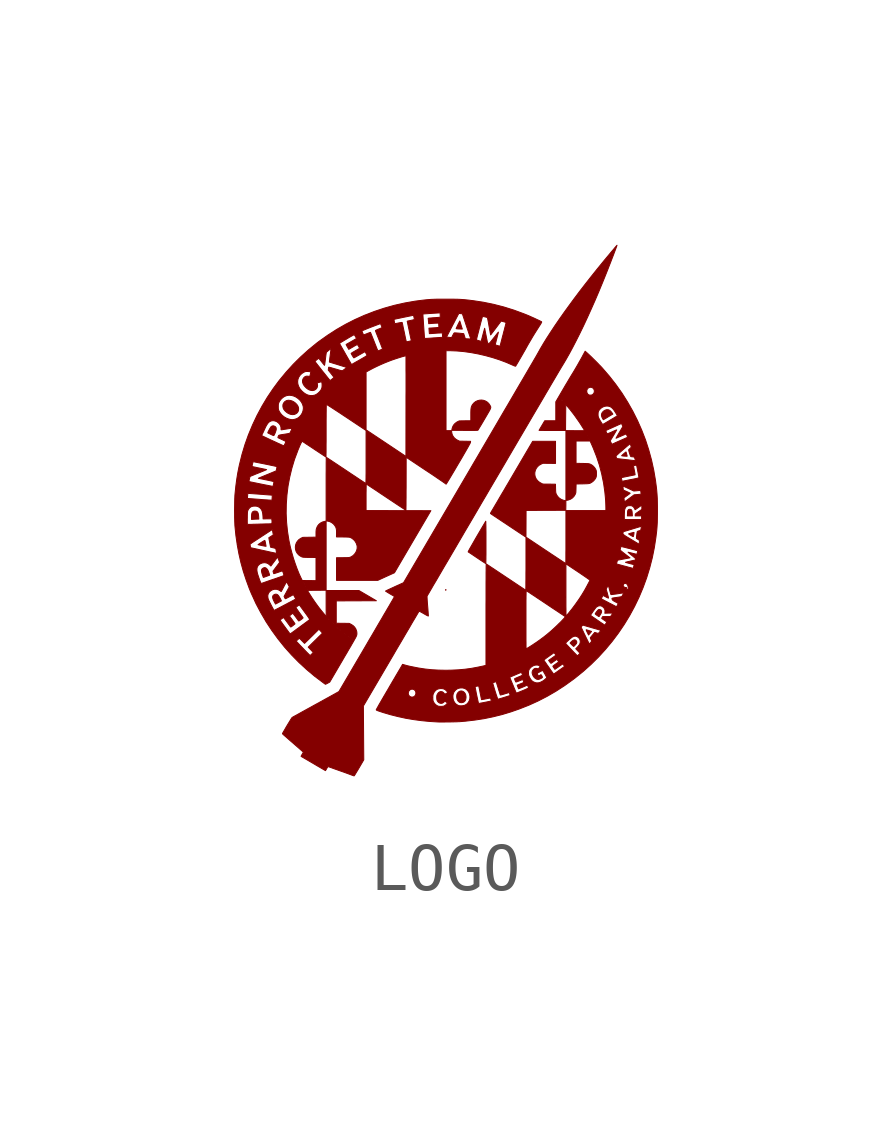
<source format=kicad_sym>
(kicad_symbol_lib
  (version 20220914)
  (generator "bitmap2component")
  (generator_version "8.0")
  (symbol "LOGO"
    (pin_names
      (offset 1.016))
    (property "Reference" "#G"
      (at 0 6.237 0)
      (effects (font (size 1.27 1.27)) hide))
    (symbol "LOGO_0_0"
      (polyline (pts (xy -1.912 -6.022) (xy -1.904 -6.01) (xy -1.892 -5.991) (xy -1.876 -5.964) (xy -1.857 -5.933) (xy -1.835 -5.897) (xy -1.812 -5.858) (xy -1.715 -5.692) (xy -1.719 -5.131) (xy -1.723 -4.569) (xy -1.145 -3.584) (xy -1.108 -3.521) (xy -1.053 -3.426) (xy -0.999 -3.334) (xy -0.946 -3.245) (xy -0.896 -3.16) (xy -0.849 -3.079) (xy -0.804 -3.003) (xy -0.762 -2.932) (xy -0.724 -2.866) (xy -0.689 -2.806) (xy -0.657 -2.753) (xy -0.63 -2.707) (xy -0.607 -2.668) (xy -0.588 -2.636) (xy -0.575 -2.613) (xy -0.566 -2.599) (xy -0.563 -2.594) (xy -0.563 -2.594) (xy -0.556 -2.595) (xy -0.541 -2.602) (xy -0.52 -2.612) (xy -0.494 -2.627) (xy -0.464 -2.644) (xy -0.435 -2.661) (xy -0.408 -2.676) (xy -0.387 -2.687) (xy -0.373 -2.692) (xy -0.368 -2.693) (xy -0.368 -2.687) (xy -0.369 -2.67) (xy -0.371 -2.646) (xy -0.373 -2.613) (xy -0.376 -2.575) (xy -0.379 -2.533) (xy -0.383 -2.487) (xy -0.385 -2.463) (xy -0.389 -2.411) (xy -0.392 -2.369) (xy -0.394 -2.336) (xy -0.395 -2.311) (xy -0.396 -2.293) (xy -0.395 -2.282) (xy -0.393 -2.276) (xy -0.391 -2.271) (xy -0.383 -2.257) (xy -0.369 -2.234) (xy -0.351 -2.203) (xy -0.328 -2.163) (xy -0.3 -2.115) (xy -0.268 -2.059) (xy -0.231 -1.997) (xy -0.19 -1.928) (xy -0.146 -1.852) (xy -0.098 -1.77) (xy -0.047 -1.682) (xy 0.008 -1.589) (xy 0.066 -1.491) (xy 0.126 -1.388) (xy 0.189 -1.281) (xy 0.254 -1.169) (xy 0.321 -1.055) (xy 0.39 -0.936) (xy 0.461 -0.816) (xy 0.534 -0.692) (xy 0.608 -0.566) (xy 0.682 -0.439) (xy 0.758 -0.309) (xy 0.835 -0.179) (xy 0.911 -0.048) (xy 0.989 0.084) (xy 1.066 0.215) (xy 1.143 0.346) (xy 1.22 0.477) (xy 1.296 0.607) (xy 1.371 0.735) (xy 1.445 0.861) (xy 1.518 0.986) (xy 1.59 1.108) (xy 1.66 1.227) (xy 1.728 1.343) (xy 1.794 1.456) (xy 1.858 1.565) (xy 1.92 1.67) (xy 1.979 1.77) (xy 2.035 1.865) (xy 2.087 1.955) (xy 2.137 2.039) (xy 2.183 2.118) (xy 2.225 2.189) (xy 2.264 2.255) (xy 2.298 2.313) (xy 2.328 2.364) (xy 2.353 2.407) (xy 2.374 2.442) (xy 2.39 2.468) (xy 2.4 2.486) (xy 2.405 2.494) (xy 2.432 2.538) (xy 2.5 2.652) (xy 2.571 2.777) (xy 2.643 2.911) (xy 2.717 3.054) (xy 2.793 3.205) (xy 2.87 3.364) (xy 2.948 3.531) (xy 3.026 3.704) (xy 3.106 3.884) (xy 3.185 4.069) (xy 3.264 4.26) (xy 3.343 4.456) (xy 3.354 4.484) (xy 3.373 4.531) (xy 3.392 4.581) (xy 3.412 4.632) (xy 3.433 4.685) (xy 3.453 4.738) (xy 3.473 4.789) (xy 3.492 4.838) (xy 3.509 4.884) (xy 3.525 4.926) (xy 3.539 4.963) (xy 3.55 4.993) (xy 3.558 5.016) (xy 3.563 5.031) (xy 3.565 5.037) (xy 3.564 5.036) (xy 3.556 5.028) (xy 3.543 5.013) (xy 3.524 4.991) (xy 3.501 4.963) (xy 3.474 4.931) (xy 3.443 4.895) (xy 3.411 4.856) (xy 3.376 4.814) (xy 3.34 4.771) (xy 3.304 4.728) (xy 3.269 4.685) (xy 3.234 4.642) (xy 3.145 4.533) (xy 3.022 4.379) (xy 2.902 4.226) (xy 2.785 4.075) (xy 2.673 3.926) (xy 2.566 3.78) (xy 2.463 3.638) (xy 2.365 3.499) (xy 2.273 3.365) (xy 2.188 3.236) (xy 2.108 3.113) (xy 2.035 2.995) (xy 1.97 2.885) (xy 1.912 2.781) (xy 1.909 2.776) (xy 1.9 2.76) (xy 1.886 2.735) (xy 1.867 2.702) (xy 1.842 2.66) (xy 1.813 2.609) (xy 1.779 2.551) (xy 1.74 2.485) (xy 1.698 2.412) (xy 1.651 2.332) (xy 1.601 2.246) (xy 1.546 2.153) (xy 1.488 2.054) (xy 1.427 1.949) (xy 1.362 1.838) (xy 1.295 1.723) (xy 1.224 1.603) (xy 1.151 1.478) (xy 1.076 1.349) (xy 0.998 1.216) (xy 0.918 1.079) (xy 0.836 0.939) (xy 0.752 0.796) (xy 0.667 0.65) (xy 0.58 0.502) (xy 0.492 0.351) (xy -0.886 -1.999) (xy -1.074 -2.084) (xy -1.077 -2.086) (xy -1.119 -2.105) (xy -1.158 -2.123) (xy -1.192 -2.139) (xy -1.22 -2.152) (xy -1.242 -2.163) (xy -1.256 -2.17) (xy -1.261 -2.173) (xy -1.261 -2.173) (xy -1.256 -2.178) (xy -1.242 -2.186) (xy -1.222 -2.199) (xy -1.197 -2.214) (xy -1.168 -2.231) (xy -1.165 -2.233) (xy -1.136 -2.25) (xy -1.111 -2.264) (xy -1.092 -2.276) (xy -1.079 -2.283) (xy -1.073 -2.286) (xy -1.075 -2.289) (xy -1.081 -2.3) (xy -1.093 -2.32) (xy -1.109 -2.349) (xy -1.13 -2.385) (xy -1.156 -2.429) (xy -1.185 -2.48) (xy -1.219 -2.537) (xy -1.256 -2.601) (xy -1.297 -2.67) (xy -1.34 -2.745) (xy -1.387 -2.824) (xy -1.436 -2.908) (xy -1.487 -2.996) (xy -1.54 -3.087) (xy -1.596 -3.181) (xy -1.652 -3.278) (xy -2.233 -4.268) (xy -2.715 -4.535) (xy -2.752 -4.555) (xy -2.818 -4.592) (xy -2.882 -4.627) (xy -2.942 -4.66) (xy -2.998 -4.691) (xy -3.048 -4.719) (xy -3.093 -4.744) (xy -3.131 -4.765) (xy -3.163 -4.782) (xy -3.187 -4.796) (xy -3.202 -4.804) (xy -3.208 -4.808) (xy -3.209 -4.808) (xy -3.214 -4.815) (xy -3.224 -4.83) (xy -3.238 -4.851) (xy -3.254 -4.878) (xy -3.273 -4.909) (xy -3.294 -4.943) (xy -3.315 -4.978) (xy -3.336 -5.013) (xy -3.355 -5.047) (xy -3.373 -5.078) (xy -3.389 -5.105) (xy -3.401 -5.126) (xy -3.408 -5.141) (xy -3.411 -5.148) (xy -3.41 -5.149) (xy -3.403 -5.155) (xy -3.389 -5.169) (xy -3.368 -5.188) (xy -3.341 -5.211) (xy -3.309 -5.239) (xy -3.273 -5.271) (xy -3.234 -5.305) (xy -3.192 -5.341) (xy -3.176 -5.355) (xy -3.135 -5.391) (xy -3.097 -5.424) (xy -3.062 -5.454) (xy -3.033 -5.48) (xy -3.008 -5.502) (xy -2.99 -5.518) (xy -2.978 -5.529) (xy -2.975 -5.533) (xy -2.975 -5.534) (xy -2.98 -5.543) (xy -2.989 -5.558) (xy -3 -5.577) (xy -3.004 -5.584) (xy -3.014 -5.601) (xy -3.02 -5.614) (xy -3.022 -5.619) (xy -3.019 -5.621) (xy -3.008 -5.628) (xy -2.989 -5.639) (xy -2.963 -5.654) (xy -2.932 -5.672) (xy -2.896 -5.693) (xy -2.857 -5.716) (xy -2.816 -5.74) (xy -2.773 -5.765) (xy -2.731 -5.79) (xy -2.689 -5.815) (xy -2.649 -5.838) (xy -2.613 -5.859) (xy -2.58 -5.878) (xy -2.553 -5.894) (xy -2.532 -5.906) (xy -2.519 -5.914) (xy -2.514 -5.917) (xy -2.513 -5.916) (xy -2.508 -5.908) (xy -2.499 -5.894) (xy -2.488 -5.875) (xy -2.484 -5.867) (xy -2.473 -5.85) (xy -2.464 -5.838) (xy -2.458 -5.833) (xy -2.455 -5.834) (xy -2.442 -5.839) (xy -2.42 -5.846) (xy -2.391 -5.856) (xy -2.357 -5.869) (xy -2.318 -5.883) (xy -2.275 -5.898) (xy -2.231 -5.914) (xy -2.185 -5.93) (xy -2.139 -5.946) (xy -2.095 -5.962) (xy -2.054 -5.977) (xy -2.016 -5.991) (xy -1.984 -6.003) (xy -1.958 -6.013) (xy -1.939 -6.019) (xy -1.936 -6.021) (xy -1.923 -6.025) (xy -1.915 -6.026) (xy -1.912 -6.022)) (stroke (width 0.01) (type default)) (fill (type outline)))
      (polyline (pts (xy -0.032 -4.903) (xy 0.016 -4.902) (xy 0.067 -4.902) (xy 0.117 -4.901) (xy 0.166 -4.9) (xy 0.212 -4.899) (xy 0.252 -4.897) (xy 0.284 -4.896) (xy 0.308 -4.894) (xy 0.402 -4.886) (xy 0.601 -4.863) (xy 0.795 -4.833) (xy 0.983 -4.794) (xy 1.168 -4.748) (xy 1.35 -4.693) (xy 1.528 -4.631) (xy 1.728 -4.552) (xy 1.92 -4.465) (xy 2.108 -4.368) (xy 2.291 -4.262) (xy 2.47 -4.146) (xy 2.647 -4.019) (xy 2.688 -3.988) (xy 2.86 -3.849) (xy 3.023 -3.703) (xy 3.178 -3.55) (xy 3.325 -3.389) (xy 3.464 -3.222) (xy 3.594 -3.049) (xy 3.716 -2.869) (xy 3.828 -2.685) (xy 3.931 -2.495) (xy 4.025 -2.3) (xy 4.109 -2.1) (xy 4.183 -1.897) (xy 4.247 -1.689) (xy 4.301 -1.478) (xy 4.344 -1.264) (xy 4.377 -1.047) (xy 4.383 -0.996) (xy 4.39 -0.941) (xy 4.395 -0.89) (xy 4.399 -0.841) (xy 4.402 -0.792) (xy 4.405 -0.743) (xy 4.406 -0.689) (xy 4.407 -0.63) (xy 4.408 -0.564) (xy 4.408 -0.489) (xy 4.408 -0.486) (xy 4.408 -0.413) (xy 4.407 -0.349) (xy 4.406 -0.292) (xy 4.405 -0.241) (xy 4.402 -0.194) (xy 4.399 -0.147) (xy 4.395 -0.101) (xy 4.391 -0.053) (xy 4.385 -0.000100) (xy 4.377 0.058) (xy 4.368 0.131) (xy 4.331 0.348) (xy 4.284 0.562) (xy 4.226 0.773) (xy 4.159 0.98) (xy 4.08 1.184) (xy 3.992 1.383) (xy 3.894 1.578) (xy 3.786 1.768) (xy 3.669 1.954) (xy 3.542 2.133) (xy 3.406 2.307) (xy 3.261 2.475) (xy 3.252 2.485) (xy 3.223 2.516) (xy 3.188 2.551) (xy 3.151 2.59) (xy 3.111 2.63) (xy 3.071 2.669) (xy 3.033 2.707) (xy 2.997 2.741) (xy 2.966 2.77) (xy 2.941 2.793) (xy 2.901 2.828) (xy 2.852 2.738) (xy 2.842 2.718) (xy 2.811 2.662) (xy 2.778 2.604) (xy 2.746 2.547) (xy 2.714 2.492) (xy 2.684 2.441) (xy 2.658 2.397) (xy 2.635 2.36) (xy 2.633 2.356) (xy 2.619 2.334) (xy 2.601 2.304) (xy 2.578 2.266) (xy 2.552 2.222) (xy 2.523 2.173) (xy 2.491 2.12) (xy 2.458 2.063) (xy 2.424 2.005) (xy 2.413 1.986) (xy 2.934 1.986) (xy 2.936 2.014) (xy 2.946 2.039) (xy 2.964 2.059) (xy 2.972 2.065) (xy 2.999 2.075) (xy 3.025 2.076) (xy 3.05 2.068) (xy 3.071 2.052) (xy 3.086 2.029) (xy 3.093 2.001) (xy 3.09 1.971) (xy 3.078 1.945) (xy 3.056 1.924) (xy 3.043 1.917) (xy 3.018 1.912) (xy 2.993 1.913) (xy 2.972 1.92) (xy 2.954 1.936) (xy 2.94 1.96) (xy 2.934 1.986) (xy 2.413 1.986) (xy 2.389 1.945) (xy 2.354 1.885) (xy 2.32 1.827) (xy 2.319 1.825) (xy 2.389 1.825) (xy 2.392 1.828) (xy 2.394 1.825) (xy 2.392 1.822) (xy 2.389 1.825) (xy 2.319 1.825) (xy 2.316 1.819) (xy 2.397 1.819) (xy 2.413 1.806) (xy 2.415 1.804) (xy 2.424 1.795) (xy 2.428 1.791) (xy 2.427 1.789) (xy 2.421 1.793) (xy 2.411 1.804) (xy 2.397 1.819) (xy 2.316 1.819) (xy 2.289 1.773) (xy 2.289 1.753) (xy 2.458 1.753) (xy 2.471 1.742) (xy 2.479 1.734) (xy 2.483 1.73) (xy 2.483 1.728) (xy 2.479 1.73) (xy 2.469 1.74) (xy 2.458 1.753) (xy 2.289 1.753) (xy 2.289 1.575) (xy 2.289 1.378) (xy 2.173 1.378) (xy 2.058 1.378) (xy 2 1.28) (xy 1.995 1.272) (xy 1.978 1.243) (xy 1.963 1.218) (xy 1.951 1.197) (xy 1.943 1.184) (xy 1.94 1.178) (xy 1.94 1.178) (xy 1.948 1.177) (xy 1.965 1.177) (xy 1.99 1.176) (xy 2.024 1.176) (xy 2.064 1.175) (xy 2.11 1.175) (xy 2.161 1.175) (xy 2.215 1.175) (xy 2.492 1.175) (xy 2.494 1.446) (xy 2.497 1.717) (xy 2.559 1.643) (xy 2.586 1.611) (xy 2.661 1.514) (xy 3.17 1.514) (xy 3.17 1.519) (xy 3.172 1.551) (xy 3.18 1.578) (xy 3.195 1.602) (xy 3.218 1.628) (xy 3.23 1.639) (xy 3.267 1.664) (xy 3.309 1.68) (xy 3.352 1.685) (xy 3.36 1.685) (xy 3.393 1.681) (xy 3.424 1.671) (xy 3.451 1.654) (xy 3.478 1.628) (xy 3.506 1.593) (xy 3.534 1.549) (xy 3.539 1.541) (xy 3.553 1.518) (xy 3.563 1.499) (xy 3.57 1.486) (xy 3.572 1.481) (xy 3.571 1.481) (xy 3.562 1.475) (xy 3.546 1.465) (xy 3.522 1.452) (xy 3.494 1.434) (xy 3.46 1.414) (xy 3.424 1.393) (xy 3.41 1.384) (xy 3.375 1.363) (xy 3.342 1.344) (xy 3.314 1.327) (xy 3.292 1.315) (xy 3.277 1.306) (xy 3.271 1.302) (xy 3.27 1.302) (xy 3.264 1.305) (xy 3.255 1.315) (xy 3.243 1.333) (xy 3.227 1.359) (xy 3.21 1.387) (xy 3.195 1.415) (xy 3.183 1.438) (xy 3.176 1.457) (xy 3.172 1.474) (xy 3.17 1.493) (xy 3.17 1.514) (xy 2.661 1.514) (xy 2.682 1.486) (xy 2.772 1.358) (xy 2.778 1.35) (xy 2.796 1.322) (xy 2.815 1.293) (xy 2.833 1.264) (xy 2.851 1.236) (xy 2.866 1.212) (xy 2.878 1.192) (xy 2.886 1.178) (xy 2.889 1.172) (xy 2.885 1.171) (xy 2.871 1.171) (xy 2.848 1.171) (xy 2.818 1.171) (xy 2.781 1.171) (xy 2.74 1.171) (xy 2.694 1.171) (xy 2.5 1.173) (xy 2.5 1.169) (xy 3.332 1.169) (xy 3.332 1.174) (xy 3.337 1.177) (xy 3.352 1.183) (xy 3.373 1.193) (xy 3.401 1.206) (xy 3.434 1.22) (xy 3.469 1.236) (xy 3.5 1.25) (xy 3.536 1.266) (xy 3.569 1.281) (xy 3.597 1.294) (xy 3.618 1.303) (xy 3.631 1.309) (xy 3.66 1.321) (xy 3.673 1.29) (xy 3.687 1.258) (xy 3.615 1.137) (xy 3.599 1.109) (xy 3.581 1.079) (xy 3.566 1.053) (xy 3.555 1.032) (xy 3.547 1.019) (xy 3.545 1.014) (xy 3.546 1.014) (xy 3.553 1.017) (xy 3.569 1.023) (xy 3.591 1.033) (xy 3.619 1.045) (xy 3.65 1.058) (xy 3.657 1.062) (xy 3.688 1.075) (xy 3.715 1.086) (xy 3.736 1.095) (xy 3.751 1.1) (xy 3.756 1.101) (xy 3.76 1.096) (xy 3.766 1.083) (xy 3.774 1.066) (xy 3.788 1.034) (xy 3.625 0.962) (xy 3.602 0.952) (xy 3.564 0.935) (xy 3.53 0.92) (xy 3.502 0.907) (xy 3.479 0.897) (xy 3.465 0.891) (xy 3.459 0.889) (xy 3.455 0.892) (xy 3.45 0.903) (xy 3.449 0.905) (xy 3.442 0.92) (xy 3.434 0.937) (xy 3.423 0.959) (xy 3.492 1.072) (xy 3.505 1.094) (xy 3.522 1.124) (xy 3.537 1.15) (xy 3.549 1.17) (xy 3.556 1.183) (xy 3.558 1.188) (xy 3.553 1.186) (xy 3.539 1.181) (xy 3.518 1.172) (xy 3.492 1.161) (xy 3.462 1.147) (xy 3.433 1.134) (xy 3.406 1.123) (xy 3.384 1.114) (xy 3.369 1.108) (xy 3.363 1.106) (xy 3.362 1.106) (xy 3.357 1.112) (xy 3.35 1.125) (xy 3.343 1.141) (xy 3.336 1.156) (xy 3.332 1.169) (xy 2.5 1.169) (xy 2.5 1.131) (xy 2.905 1.131) (xy 2.908 1.133) (xy 2.911 1.131) (xy 2.908 1.128) (xy 2.905 1.131) (xy 2.5 1.131) (xy 2.5 1.069) (xy 2.939 1.069) (xy 2.942 1.072) (xy 2.944 1.069) (xy 2.942 1.067) (xy 2.939 1.069) (xy 2.5 1.069) (xy 2.5 1.047) (xy 2.95 1.047) (xy 2.953 1.05) (xy 2.955 1.047) (xy 2.953 1.044) (xy 2.95 1.047) (xy 2.5 1.047) (xy 2.5 1.014) (xy 2.967 1.014) (xy 2.969 1.017) (xy 2.972 1.014) (xy 2.969 1.011) (xy 2.967 1.014) (xy 2.5 1.014) (xy 2.5 0.981) (xy 2.983 0.981) (xy 2.986 0.983) (xy 2.989 0.981) (xy 2.986 0.978) (xy 2.983 0.981) (xy 2.5 0.981) (xy 2.5 0.445) (xy 2.5 -0.283) (xy 2.524 -0.28) (xy 2.549 -0.275) (xy 2.595 -0.258) (xy 2.635 -0.232) (xy 2.668 -0.198) (xy 2.694 -0.156) (xy 2.696 -0.15) (xy 2.701 -0.138) (xy 2.705 -0.126) (xy 2.707 -0.112) (xy 2.708 -0.093) (xy 2.709 -0.067) (xy 2.71 -0.032) (xy 2.712 0.06) (xy 2.844 0.062) (xy 2.873 0.063) (xy 2.909 0.064) (xy 2.936 0.065) (xy 2.957 0.066) (xy 2.973 0.068) (xy 2.985 0.07) (xy 2.996 0.073) (xy 3.007 0.077) (xy 3.039 0.095) (xy 3.071 0.12) (xy 3.099 0.15) (xy 3.12 0.181) (xy 3.121 0.185) (xy 3.128 0.199) (xy 3.132 0.213) (xy 3.135 0.228) (xy 3.136 0.247) (xy 3.136 0.275) (xy 3.136 0.286) (xy 3.136 0.31) (xy 3.134 0.327) (xy 3.131 0.341) (xy 3.126 0.354) (xy 3.118 0.37) (xy 3.101 0.397) (xy 3.073 0.429) (xy 3.041 0.455) (xy 3.007 0.473) (xy 2.999 0.476) (xy 2.989 0.479) (xy 2.977 0.482) (xy 2.962 0.484) (xy 2.943 0.485) (xy 2.918 0.486) (xy 2.885 0.487) (xy 2.843 0.488) (xy 2.711 0.49) (xy 2.711 0.723) (xy 2.711 0.956) (xy 2.858 0.956) (xy 3.004 0.956) (xy 3.036 0.885) (xy 3.069 0.809) (xy 3.138 0.633) (xy 3.545 0.633) (xy 3.545 0.643) (xy 3.546 0.644) (xy 3.553 0.651) (xy 3.566 0.665) (xy 3.585 0.682) (xy 3.609 0.704) (xy 3.636 0.728) (xy 3.666 0.753) (xy 3.696 0.779) (xy 3.726 0.805) (xy 3.755 0.83) (xy 3.781 0.852) (xy 3.804 0.871) (xy 3.822 0.885) (xy 3.834 0.894) (xy 3.838 0.897) (xy 3.843 0.888) (xy 3.849 0.873) (xy 3.855 0.855) (xy 3.859 0.839) (xy 3.861 0.828) (xy 3.857 0.822) (xy 3.847 0.81) (xy 3.833 0.797) (xy 3.829 0.794) (xy 3.819 0.786) (xy 3.812 0.778) (xy 3.809 0.77) (xy 3.809 0.759) (xy 3.813 0.743) (xy 3.82 0.72) (xy 3.83 0.689) (xy 3.834 0.676) (xy 3.841 0.655) (xy 3.847 0.641) (xy 3.852 0.634) (xy 3.857 0.63) (xy 3.864 0.629) (xy 3.867 0.629) (xy 3.893 0.626) (xy 3.91 0.624) (xy 3.922 0.62) (xy 3.929 0.613) (xy 3.933 0.602) (xy 3.939 0.585) (xy 3.939 0.585) (xy 3.944 0.566) (xy 3.948 0.553) (xy 3.95 0.547) (xy 3.95 0.547) (xy 3.946 0.545) (xy 3.94 0.546) (xy 3.924 0.548) (xy 3.9 0.551) (xy 3.87 0.554) (xy 3.835 0.558) (xy 3.797 0.563) (xy 3.757 0.567) (xy 3.717 0.572) (xy 3.679 0.576) (xy 3.644 0.58) (xy 3.613 0.584) (xy 3.589 0.586) (xy 3.573 0.588) (xy 3.566 0.589) (xy 3.561 0.592) (xy 3.554 0.603) (xy 3.548 0.618) (xy 3.545 0.633) (xy 3.138 0.633) (xy 3.139 0.631) (xy 3.198 0.452) (xy 3.246 0.269) (xy 3.261 0.192) (xy 3.657 0.192) (xy 3.662 0.194) (xy 3.676 0.197) (xy 3.698 0.201) (xy 3.727 0.207) (xy 3.761 0.214) (xy 3.8 0.222) (xy 3.834 0.229) (xy 3.868 0.236) (xy 3.898 0.242) (xy 3.921 0.247) (xy 3.937 0.25) (xy 3.942 0.252) (xy 3.942 0.256) (xy 3.94 0.269) (xy 3.937 0.289) (xy 3.932 0.316) (xy 3.926 0.347) (xy 3.922 0.366) (xy 3.916 0.399) (xy 3.912 0.423) (xy 3.911 0.437) (xy 3.913 0.442) (xy 3.916 0.443) (xy 3.929 0.446) (xy 3.946 0.449) (xy 3.955 0.451) (xy 3.967 0.452) (xy 3.972 0.449) (xy 3.975 0.442) (xy 3.979 0.424) (xy 3.984 0.398) (xy 3.99 0.367) (xy 3.996 0.335) (xy 4.003 0.301) (xy 4.009 0.269) (xy 4.014 0.241) (xy 4.018 0.217) (xy 4.021 0.201) (xy 4.022 0.194) (xy 4.022 0.192) (xy 4.018 0.189) (xy 4.009 0.186) (xy 3.995 0.181) (xy 3.974 0.176) (xy 3.945 0.17) (xy 3.907 0.162) (xy 3.86 0.153) (xy 3.847 0.151) (xy 3.807 0.143) (xy 3.769 0.135) (xy 3.737 0.129) (xy 3.711 0.124) (xy 3.693 0.12) (xy 3.685 0.118) (xy 3.677 0.118) (xy 3.67 0.123) (xy 3.669 0.126) (xy 3.666 0.14) (xy 3.662 0.157) (xy 3.659 0.173) (xy 3.657 0.186) (xy 3.657 0.192) (xy 3.261 0.192) (xy 3.284 0.084) (xy 3.295 0.008) (xy 3.689 0.008) (xy 3.69 0.014) (xy 3.692 0.014) (xy 3.701 0.011) (xy 3.719 0.004) (xy 3.743 -0.007) (xy 3.772 -0.02) (xy 3.804 -0.035) (xy 3.915 -0.087) (xy 3.984 -0.081) (xy 3.986 -0.08) (xy 4.012 -0.078) (xy 4.034 -0.077) (xy 4.05 -0.076) (xy 4.056 -0.077) (xy 4.059 -0.084) (xy 4.061 -0.098) (xy 4.064 -0.117) (xy 4.067 -0.153) (xy 3.994 -0.16) (xy 3.922 -0.166) (xy 3.828 -0.236) (xy 3.819 -0.242) (xy 3.791 -0.263) (xy 3.767 -0.281) (xy 3.746 -0.295) (xy 3.732 -0.305) (xy 3.725 -0.309) (xy 3.719 -0.309) (xy 3.717 -0.299) (xy 3.716 -0.294) (xy 3.715 -0.277) (xy 3.713 -0.258) (xy 3.71 -0.229) (xy 3.774 -0.183) (xy 3.783 -0.177) (xy 3.805 -0.161) (xy 3.823 -0.147) (xy 3.835 -0.138) (xy 3.839 -0.133) (xy 3.838 -0.132) (xy 3.831 -0.128) (xy 3.815 -0.12) (xy 3.794 -0.11) (xy 3.768 -0.098) (xy 3.697 -0.067) (xy 3.692 -0.028) (xy 3.692 -0.026) (xy 3.69 -0.007) (xy 3.689 0.008) (xy 3.295 0.008) (xy 3.311 -0.105) (xy 3.316 -0.155) (xy 3.322 -0.215) (xy 3.327 -0.277) (xy 3.33 -0.337) (xy 3.332 -0.391) (xy 3.333 -0.438) (xy 3.333 -0.494) (xy 2.917 -0.494) (xy 2.5 -0.494) (xy 2.5 -0.632) (xy 3.717 -0.632) (xy 3.717 -0.604) (xy 3.718 -0.572) (xy 3.718 -0.563) (xy 3.72 -0.53) (xy 3.721 -0.505) (xy 3.723 -0.487) (xy 3.726 -0.473) (xy 3.729 -0.461) (xy 3.735 -0.449) (xy 3.739 -0.439) (xy 3.754 -0.416) (xy 3.773 -0.402) (xy 3.796 -0.394) (xy 3.828 -0.392) (xy 3.85 -0.392) (xy 3.866 -0.394) (xy 3.88 -0.399) (xy 3.894 -0.407) (xy 3.91 -0.421) (xy 3.929 -0.449) (xy 3.934 -0.459) (xy 3.94 -0.471) (xy 3.942 -0.477) (xy 3.943 -0.476) (xy 3.952 -0.471) (xy 3.967 -0.461) (xy 3.987 -0.447) (xy 4.01 -0.431) (xy 4.022 -0.423) (xy 4.044 -0.407) (xy 4.063 -0.395) (xy 4.075 -0.386) (xy 4.081 -0.383) (xy 4.081 -0.384) (xy 4.082 -0.391) (xy 4.083 -0.406) (xy 4.083 -0.427) (xy 4.083 -0.47) (xy 4.014 -0.517) (xy 3.998 -0.528) (xy 3.976 -0.543) (xy 3.961 -0.554) (xy 3.952 -0.563) (xy 3.947 -0.57) (xy 3.945 -0.577) (xy 3.945 -0.585) (xy 3.944 -0.606) (xy 4.011 -0.606) (xy 4.078 -0.606) (xy 4.078 -0.644) (xy 4.078 -0.683) (xy 3.9 -0.683) (xy 3.868 -0.683) (xy 3.825 -0.683) (xy 3.791 -0.683) (xy 3.765 -0.682) (xy 3.746 -0.681) (xy 3.733 -0.68) (xy 3.725 -0.679) (xy 3.72 -0.677) (xy 3.718 -0.674) (xy 3.718 -0.669) (xy 3.717 -0.654) (xy 3.717 -0.632) (xy 2.5 -0.632) (xy 2.5 -0.971) (xy 3.689 -0.971) (xy 3.689 -0.963) (xy 3.691 -0.953) (xy 3.696 -0.939) (xy 3.707 -0.932) (xy 3.709 -0.931) (xy 3.721 -0.928) (xy 3.741 -0.922) (xy 3.769 -0.914) (xy 3.801 -0.904) (xy 3.837 -0.893) (xy 3.875 -0.882) (xy 3.913 -0.87) (xy 3.951 -0.859) (xy 3.985 -0.848) (xy 4.016 -0.839) (xy 4.04 -0.832) (xy 4.058 -0.826) (xy 4.066 -0.823) (xy 4.067 -0.823) (xy 4.07 -0.826) (xy 4.071 -0.835) (xy 4.069 -0.853) (xy 4.069 -0.857) (xy 4.065 -0.881) (xy 4.061 -0.897) (xy 4.053 -0.907) (xy 4.042 -0.913) (xy 4.025 -0.917) (xy 4.012 -0.92) (xy 3.997 -0.926) (xy 3.99 -0.93) (xy 3.988 -0.934) (xy 3.985 -0.947) (xy 3.981 -0.968) (xy 3.978 -0.992) (xy 3.976 -1.006) (xy 3.973 -1.03) (xy 3.971 -1.05) (xy 3.969 -1.061) (xy 3.969 -1.069) (xy 3.972 -1.076) (xy 3.982 -1.084) (xy 4 -1.095) (xy 4.004 -1.097) (xy 4.02 -1.107) (xy 4.029 -1.115) (xy 4.032 -1.126) (xy 4.032 -1.141) (xy 4.03 -1.165) (xy 4.028 -1.177) (xy 4.025 -1.189) (xy 4.023 -1.194) (xy 4.019 -1.192) (xy 4.007 -1.185) (xy 3.987 -1.173) (xy 3.961 -1.157) (xy 3.93 -1.139) (xy 3.894 -1.117) (xy 3.856 -1.094) (xy 3.829 -1.078) (xy 3.789 -1.054) (xy 3.757 -1.035) (xy 3.733 -1.019) (xy 3.715 -1.006) (xy 3.702 -0.996) (xy 3.694 -0.987) (xy 3.69 -0.979) (xy 3.689 -0.971) (xy 2.5 -0.971) (xy 2.5 -1.047) (xy 2.5 -1.093) (xy 2.5 -1.169) (xy 2.5 -1.241) (xy 2.5 -1.308) (xy 2.499 -1.37) (xy 2.499 -1.427) (xy 2.499 -1.477) (xy 2.499 -1.519) (xy 2.498 -1.553) (xy 2.498 -1.579) (xy 2.498 -1.595) (xy 2.497 -1.6) (xy 2.492 -1.597) (xy 2.479 -1.588) (xy 2.458 -1.574) (xy 2.429 -1.556) (xy 2.394 -1.532) (xy 2.353 -1.505) (xy 2.306 -1.474) (xy 2.255 -1.44) (xy 2.2 -1.404) (xy 2.142 -1.365) (xy 2.08 -1.324) (xy 1.667 -1.048) (xy 1.668 -0.77) (xy 1.669 -0.492) (xy 2.083 -0.49) (xy 2.497 -0.489) (xy 2.499 -0.389) (xy 2.499 -0.359) (xy 2.499 -0.331) (xy 2.499 -0.309) (xy 2.499 -0.294) (xy 2.498 -0.289) (xy 2.494 -0.288) (xy 2.481 -0.286) (xy 2.463 -0.283) (xy 2.441 -0.277) (xy 2.398 -0.259) (xy 2.359 -0.232) (xy 2.326 -0.197) (xy 2.301 -0.157) (xy 2.299 -0.151) (xy 2.294 -0.14) (xy 2.29 -0.127) (xy 2.288 -0.113) (xy 2.286 -0.095) (xy 2.285 -0.069) (xy 2.284 -0.035) (xy 2.282 0.055) (xy 2.151 0.057) (xy 2.019 0.058) (xy 1.983 0.076) (xy 1.948 0.096) (xy 1.911 0.127) (xy 1.882 0.164) (xy 1.862 0.204) (xy 1.852 0.248) (xy 1.851 0.294) (xy 1.861 0.34) (xy 1.878 0.379) (xy 1.905 0.417) (xy 1.939 0.449) (xy 1.983 0.474) (xy 2.019 0.491) (xy 2.151 0.49) (xy 2.283 0.488) (xy 2.283 0.719) (xy 2.283 0.95) (xy 2.045 0.95) (xy 1.807 0.95) (xy 1.394 0.246) (xy 1.347 0.166) (xy 1.3 0.085) (xy 1.254 0.008) (xy 1.211 -0.067) (xy 1.169 -0.137) (xy 1.13 -0.203) (xy 1.094 -0.265) (xy 1.062 -0.32) (xy 1.032 -0.37) (xy 1.007 -0.413) (xy 0.986 -0.448) (xy 0.97 -0.476) (xy 0.958 -0.495) (xy 0.952 -0.505) (xy 0.944 -0.519) (xy 0.934 -0.537) (xy 0.928 -0.55) (xy 0.927 -0.556) (xy 0.927 -0.557) (xy 0.936 -0.562) (xy 0.952 -0.574) (xy 0.976 -0.59) (xy 1.007 -0.611) (xy 1.044 -0.635) (xy 1.087 -0.664) (xy 1.135 -0.696) (xy 1.186 -0.73) (xy 1.241 -0.766) (xy 1.299 -0.805) (xy 1.667 -1.05) (xy 1.667 -1.603) (xy 1.667 -1.65) (xy 1.667 -1.725) (xy 1.666 -1.797) (xy 1.666 -1.865) (xy 1.666 -1.927) (xy 1.665 -1.983) (xy 1.665 -2.033) (xy 1.665 -2.075) (xy 1.664 -2.109) (xy 1.664 -2.134) (xy 1.663 -2.149) (xy 1.663 -2.155) (xy 1.658 -2.152) (xy 1.645 -2.143) (xy 1.624 -2.13) (xy 1.596 -2.111) (xy 1.561 -2.088) (xy 1.52 -2.061) (xy 1.474 -2.03) (xy 1.423 -1.996) (xy 1.369 -1.96) (xy 1.311 -1.921) (xy 1.25 -1.881) (xy 1.195 -1.844) (xy 1.136 -1.805) (xy 1.081 -1.768) (xy 1.03 -1.734) (xy 0.984 -1.703) (xy 0.942 -1.676) (xy 0.907 -1.652) (xy 0.878 -1.633) (xy 0.856 -1.619) (xy 0.843 -1.61) (xy 0.838 -1.607) (xy 0.837 -1.607) (xy 0.837 -1.612) (xy 0.837 -1.628) (xy 0.836 -1.655) (xy 0.836 -1.69) (xy 0.836 -1.735) (xy 0.835 -1.788) (xy 0.835 -1.849) (xy 0.835 -1.917) (xy 0.834 -1.992) (xy 0.834 -2.074) (xy 0.834 -2.161) (xy 0.834 -2.253) (xy 0.834 -2.35) (xy 0.833 -2.451) (xy 0.833 -2.555) (xy 0.833 -2.663) (xy 0.833 -2.85) (xy 1.667 -2.85) (xy 1.667 -2.769) (xy 1.667 -2.769) (xy 1.667 -2.67) (xy 1.667 -2.582) (xy 1.667 -2.505) (xy 1.667 -2.436) (xy 1.667 -2.377) (xy 1.668 -2.326) (xy 1.668 -2.284) (xy 1.669 -2.248) (xy 1.669 -2.22) (xy 1.67 -2.198) (xy 1.671 -2.182) (xy 1.671 -2.171) (xy 1.672 -2.166) (xy 1.674 -2.165) (xy 1.676 -2.166) (xy 1.688 -2.174) (xy 1.707 -2.187) (xy 1.734 -2.204) (xy 1.766 -2.226) (xy 1.804 -2.251) (xy 1.847 -2.279) (xy 1.878 -2.3) (xy 2.5 -2.3) (xy 2.5 -2.227) (xy 2.5 -2.15) (xy 2.5 -1.605) (xy 2.503 -1.607) (xy 3.556 -1.607) (xy 3.556 -1.601) (xy 3.559 -1.587) (xy 3.564 -1.568) (xy 3.575 -1.53) (xy 3.625 -1.52) (xy 3.627 -1.52) (xy 3.653 -1.515) (xy 3.686 -1.508) (xy 3.721 -1.502) (xy 3.755 -1.495) (xy 3.835 -1.48) (xy 3.731 -1.4) (xy 3.712 -1.385) (xy 3.685 -1.364) (xy 3.662 -1.345) (xy 3.644 -1.33) (xy 3.633 -1.319) (xy 3.63 -1.314) (xy 3.631 -1.308) (xy 3.635 -1.294) (xy 3.639 -1.276) (xy 3.646 -1.244) (xy 3.665 -1.247) (xy 3.675 -1.249) (xy 3.693 -1.254) (xy 3.72 -1.26) (xy 3.751 -1.268) (xy 3.786 -1.277) (xy 3.823 -1.286) (xy 3.86 -1.296) (xy 3.894 -1.305) (xy 3.926 -1.313) (xy 3.952 -1.32) (xy 3.97 -1.325) (xy 3.998 -1.333) (xy 3.99 -1.369) (xy 3.985 -1.387) (xy 3.979 -1.401) (xy 3.975 -1.405) (xy 3.972 -1.405) (xy 3.959 -1.402) (xy 3.939 -1.397) (xy 3.913 -1.391) (xy 3.883 -1.383) (xy 3.865 -1.379) (xy 3.838 -1.372) (xy 3.816 -1.367) (xy 3.801 -1.364) (xy 3.796 -1.363) (xy 3.8 -1.367) (xy 3.811 -1.377) (xy 3.828 -1.392) (xy 3.85 -1.41) (xy 3.875 -1.43) (xy 3.89 -1.442) (xy 3.915 -1.463) (xy 3.933 -1.478) (xy 3.944 -1.489) (xy 3.951 -1.498) (xy 3.954 -1.504) (xy 3.954 -1.51) (xy 3.954 -1.512) (xy 3.953 -1.517) (xy 3.949 -1.521) (xy 3.942 -1.525) (xy 3.93 -1.529) (xy 3.912 -1.533) (xy 3.885 -1.539) (xy 3.849 -1.547) (xy 3.847 -1.548) (xy 3.815 -1.555) (xy 3.786 -1.561) (xy 3.764 -1.567) (xy 3.748 -1.571) (xy 3.742 -1.573) (xy 3.744 -1.574) (xy 3.754 -1.578) (xy 3.772 -1.583) (xy 3.796 -1.59) (xy 3.825 -1.598) (xy 3.844 -1.603) (xy 3.872 -1.61) (xy 3.895 -1.616) (xy 3.91 -1.62) (xy 3.917 -1.623) (xy 3.919 -1.627) (xy 3.918 -1.642) (xy 3.913 -1.663) (xy 3.913 -1.664) (xy 3.908 -1.682) (xy 3.904 -1.695) (xy 3.901 -1.699) (xy 3.898 -1.699) (xy 3.885 -1.696) (xy 3.864 -1.69) (xy 3.837 -1.683) (xy 3.805 -1.675) (xy 3.77 -1.665) (xy 3.733 -1.655) (xy 3.696 -1.646) (xy 3.66 -1.636) (xy 3.627 -1.627) (xy 3.598 -1.619) (xy 3.576 -1.613) (xy 3.561 -1.609) (xy 3.556 -1.607) (xy 3.556 -1.607) (xy 2.503 -1.607) (xy 2.75 -1.772) (xy 2.776 -1.789) (xy 2.821 -1.82) (xy 2.864 -1.849) (xy 2.902 -1.875) (xy 2.935 -1.898) (xy 2.962 -1.917) (xy 2.982 -1.931) (xy 2.995 -1.941) (xy 3 -1.945) (xy 3 -1.947) (xy 2.996 -1.957) (xy 2.987 -1.975) (xy 2.975 -1.999) (xy 2.959 -2.028) (xy 2.945 -2.055) (xy 3.694 -2.055) (xy 3.696 -2.044) (xy 3.705 -2.028) (xy 3.719 -2.016) (xy 3.733 -2.011) (xy 3.752 -2.015) (xy 3.772 -2.028) (xy 3.785 -2.046) (xy 3.791 -2.06) (xy 3.797 -2.085) (xy 3.799 -2.11) (xy 3.798 -2.13) (xy 3.793 -2.139) (xy 3.783 -2.144) (xy 3.78 -2.144) (xy 3.772 -2.141) (xy 3.768 -2.132) (xy 3.765 -2.114) (xy 3.764 -2.104) (xy 3.759 -2.099) (xy 3.747 -2.099) (xy 3.73 -2.097) (xy 3.712 -2.087) (xy 3.699 -2.072) (xy 3.694 -2.055) (xy 2.945 -2.055) (xy 2.942 -2.061) (xy 2.923 -2.095) (xy 2.904 -2.13) (xy 2.885 -2.164) (xy 2.833 -2.25) (xy 2.778 -2.335) (xy 3.239 -2.335) (xy 3.241 -2.327) (xy 3.246 -2.314) (xy 3.254 -2.298) (xy 3.262 -2.283) (xy 3.269 -2.271) (xy 3.274 -2.267) (xy 3.279 -2.268) (xy 3.292 -2.274) (xy 3.31 -2.283) (xy 3.332 -2.295) (xy 3.349 -2.304) (xy 3.368 -2.313) (xy 3.382 -2.319) (xy 3.387 -2.32) (xy 3.387 -2.316) (xy 3.385 -2.302) (xy 3.38 -2.281) (xy 3.373 -2.255) (xy 3.365 -2.224) (xy 3.339 -2.131) (xy 3.36 -2.093) (xy 3.362 -2.089) (xy 3.372 -2.072) (xy 3.379 -2.06) (xy 3.383 -2.056) (xy 3.385 -2.059) (xy 3.389 -2.072) (xy 3.395 -2.092) (xy 3.402 -2.118) (xy 3.41 -2.149) (xy 3.417 -2.174) (xy 3.425 -2.201) (xy 3.431 -2.224) (xy 3.436 -2.239) (xy 3.438 -2.245) (xy 3.438 -2.245) (xy 3.445 -2.246) (xy 3.462 -2.245) (xy 3.485 -2.242) (xy 3.514 -2.238) (xy 3.547 -2.234) (xy 3.58 -2.229) (xy 3.614 -2.224) (xy 3.643 -2.219) (xy 3.665 -2.216) (xy 3.679 -2.214) (xy 3.706 -2.21) (xy 3.686 -2.249) (xy 3.685 -2.252) (xy 3.675 -2.271) (xy 3.667 -2.283) (xy 3.659 -2.289) (xy 3.649 -2.292) (xy 3.644 -2.292) (xy 3.628 -2.295) (xy 3.604 -2.299) (xy 3.576 -2.303) (xy 3.544 -2.308) (xy 3.536 -2.309) (xy 3.506 -2.313) (xy 3.485 -2.317) (xy 3.471 -2.32) (xy 3.463 -2.323) (xy 3.46 -2.327) (xy 3.46 -2.331) (xy 3.46 -2.331) (xy 3.464 -2.346) (xy 3.471 -2.359) (xy 3.484 -2.371) (xy 3.503 -2.383) (xy 3.53 -2.398) (xy 3.55 -2.408) (xy 3.569 -2.419) (xy 3.582 -2.428) (xy 3.588 -2.433) (xy 3.587 -2.439) (xy 3.581 -2.453) (xy 3.572 -2.469) (xy 3.564 -2.484) (xy 3.557 -2.495) (xy 3.554 -2.5) (xy 3.551 -2.499) (xy 3.54 -2.493) (xy 3.521 -2.483) (xy 3.497 -2.47) (xy 3.467 -2.455) (xy 3.435 -2.438) (xy 3.401 -2.421) (xy 3.368 -2.403) (xy 3.335 -2.386) (xy 3.304 -2.37) (xy 3.279 -2.356) (xy 3.258 -2.345) (xy 3.244 -2.338) (xy 3.239 -2.335) (xy 3.239 -2.335) (xy 2.778 -2.335) (xy 2.769 -2.348) (xy 2.701 -2.445) (xy 2.63 -2.54) (xy 2.559 -2.629) (xy 2.548 -2.642) (xy 2.53 -2.663) (xy 2.516 -2.679) (xy 3.014 -2.679) (xy 3.015 -2.675) (xy 3.022 -2.663) (xy 3.033 -2.646) (xy 3.048 -2.624) (xy 3.064 -2.6) (xy 3.082 -2.575) (xy 3.099 -2.552) (xy 3.114 -2.532) (xy 3.126 -2.517) (xy 3.134 -2.508) (xy 3.137 -2.506) (xy 3.168 -2.487) (xy 3.2 -2.479) (xy 3.231 -2.481) (xy 3.26 -2.495) (xy 3.287 -2.519) (xy 3.303 -2.54) (xy 3.314 -2.572) (xy 3.315 -2.607) (xy 3.311 -2.635) (xy 3.395 -2.632) (xy 3.41 -2.632) (xy 3.436 -2.632) (xy 3.458 -2.632) (xy 3.472 -2.633) (xy 3.476 -2.634) (xy 3.476 -2.634) (xy 3.472 -2.641) (xy 3.464 -2.654) (xy 3.453 -2.671) (xy 3.43 -2.705) (xy 3.349 -2.705) (xy 3.267 -2.705) (xy 3.256 -2.722) (xy 3.254 -2.725) (xy 3.248 -2.736) (xy 3.247 -2.744) (xy 3.25 -2.747) (xy 3.262 -2.755) (xy 3.279 -2.767) (xy 3.3 -2.781) (xy 3.316 -2.792) (xy 3.334 -2.805) (xy 3.345 -2.814) (xy 3.35 -2.82) (xy 3.348 -2.825) (xy 3.341 -2.838) (xy 3.33 -2.854) (xy 3.321 -2.868) (xy 3.313 -2.879) (xy 3.309 -2.883) (xy 3.306 -2.881) (xy 3.295 -2.873) (xy 3.277 -2.861) (xy 3.253 -2.845) (xy 3.225 -2.827) (xy 3.195 -2.806) (xy 3.163 -2.784) (xy 3.132 -2.762) (xy 3.101 -2.741) (xy 3.073 -2.722) (xy 3.049 -2.705) (xy 3.03 -2.691) (xy 3.018 -2.683) (xy 3.014 -2.679) (xy 2.516 -2.679) (xy 2.516 -2.679) (xy 2.506 -2.69) (xy 2.502 -2.694) (xy 2.502 -2.693) (xy 2.502 -2.682) (xy 2.501 -2.662) (xy 2.501 -2.632) (xy 2.501 -2.593) (xy 2.501 -2.547) (xy 2.5 -2.494) (xy 2.5 -2.435) (xy 2.5 -2.37) (xy 2.5 -2.3) (xy 1.878 -2.3) (xy 1.893 -2.31) (xy 1.942 -2.343) (xy 1.994 -2.377) (xy 2.046 -2.412) (xy 2.1 -2.448) (xy 2.152 -2.483) (xy 2.204 -2.518) (xy 2.254 -2.551) (xy 2.301 -2.582) (xy 2.345 -2.611) (xy 2.384 -2.638) (xy 2.418 -2.66) (xy 2.446 -2.679) (xy 2.467 -2.693) (xy 2.48 -2.702) (xy 2.486 -2.706) (xy 2.484 -2.712) (xy 2.476 -2.724) (xy 2.461 -2.742) (xy 2.439 -2.765) (xy 2.414 -2.792) (xy 2.384 -2.823) (xy 2.35 -2.855) (xy 2.315 -2.89) (xy 2.279 -2.924) (xy 2.817 -2.924) (xy 2.817 -2.921) (xy 2.824 -2.913) (xy 2.834 -2.901) (xy 2.851 -2.882) (xy 2.96 -2.914) (xy 2.993 -2.923) (xy 3.035 -2.936) (xy 3.078 -2.948) (xy 3.117 -2.959) (xy 3.149 -2.968) (xy 3.162 -2.972) (xy 3.188 -2.98) (xy 3.209 -2.987) (xy 3.223 -2.992) (xy 3.228 -2.994) (xy 3.228 -2.995) (xy 3.224 -3.001) (xy 3.214 -3.013) (xy 3.201 -3.028) (xy 3.174 -3.057) (xy 3.137 -3.046) (xy 3.1 -3.035) (xy 3.06 -3.083) (xy 3.046 -3.099) (xy 3.031 -3.118) (xy 3.019 -3.132) (xy 3.013 -3.14) (xy 3.009 -3.145) (xy 3.009 -3.153) (xy 3.013 -3.164) (xy 3.022 -3.183) (xy 3.039 -3.217) (xy 3.015 -3.247) (xy 3.015 -3.248) (xy 3.003 -3.263) (xy 2.993 -3.273) (xy 2.989 -3.277) (xy 2.988 -3.277) (xy 2.983 -3.268) (xy 2.975 -3.251) (xy 2.963 -3.228) (xy 2.949 -3.199) (xy 2.933 -3.167) (xy 2.915 -3.131) (xy 2.898 -3.095) (xy 2.88 -3.059) (xy 2.864 -3.024) (xy 2.849 -2.993) (xy 2.836 -2.966) (xy 2.825 -2.944) (xy 2.819 -2.929) (xy 2.817 -2.924) (xy 2.279 -2.924) (xy 2.278 -2.925) (xy 2.24 -2.96) (xy 2.203 -2.994) (xy 2.166 -3.026) (xy 2.131 -3.055) (xy 2.108 -3.075) (xy 2.037 -3.131) (xy 1.959 -3.189) (xy 1.879 -3.246) (xy 1.855 -3.261) (xy 2.492 -3.261) (xy 2.492 -3.261) (xy 2.496 -3.255) (xy 2.508 -3.242) (xy 2.524 -3.226) (xy 2.544 -3.208) (xy 2.565 -3.188) (xy 2.586 -3.169) (xy 2.606 -3.153) (xy 2.622 -3.14) (xy 2.634 -3.132) (xy 2.639 -3.129) (xy 2.671 -3.116) (xy 2.702 -3.113) (xy 2.731 -3.122) (xy 2.76 -3.141) (xy 2.772 -3.153) (xy 2.79 -3.182) (xy 2.799 -3.214) (xy 2.798 -3.248) (xy 2.788 -3.279) (xy 2.786 -3.284) (xy 2.774 -3.3) (xy 2.758 -3.32) (xy 2.741 -3.339) (xy 2.705 -3.376) (xy 2.75 -3.423) (xy 2.794 -3.47) (xy 2.768 -3.496) (xy 2.754 -3.509) (xy 2.744 -3.518) (xy 2.739 -3.522) (xy 2.736 -3.52) (xy 2.727 -3.511) (xy 2.712 -3.496) (xy 2.692 -3.475) (xy 2.669 -3.452) (xy 2.643 -3.425) (xy 2.617 -3.397) (xy 2.59 -3.369) (xy 2.565 -3.342) (xy 2.542 -3.317) (xy 2.521 -3.295) (xy 2.506 -3.278) (xy 2.495 -3.266) (xy 2.492 -3.261) (xy 1.855 -3.261) (xy 1.799 -3.299) (xy 1.723 -3.347) (xy 1.706 -3.357) (xy 1.688 -3.368) (xy 1.675 -3.375) (xy 1.669 -3.378) (xy 1.669 -3.378) (xy 1.669 -3.37) (xy 1.669 -3.353) (xy 1.668 -3.326) (xy 1.668 -3.29) (xy 1.668 -3.246) (xy 1.667 -3.195) (xy 1.667 -3.136) (xy 1.667 -3.072) (xy 1.667 -3.002) (xy 1.667 -2.928) (xy 1.667 -2.85) (xy 0.833 -2.85) (xy 0.833 -3.614) (xy 2.041 -3.614) (xy 2.041 -3.612) (xy 2.049 -3.604) (xy 2.064 -3.592) (xy 2.084 -3.576) (xy 2.11 -3.557) (xy 2.14 -3.536) (xy 2.154 -3.526) (xy 2.182 -3.506) (xy 2.207 -3.489) (xy 2.228 -3.474) (xy 2.241 -3.465) (xy 2.248 -3.46) (xy 2.25 -3.46) (xy 2.258 -3.466) (xy 2.268 -3.477) (xy 2.278 -3.49) (xy 2.286 -3.502) (xy 2.289 -3.51) (xy 2.286 -3.512) (xy 2.277 -3.52) (xy 2.26 -3.533) (xy 2.239 -3.548) (xy 2.214 -3.566) (xy 2.139 -3.618) (xy 2.162 -3.65) (xy 2.162 -3.65) (xy 2.175 -3.667) (xy 2.185 -3.677) (xy 2.191 -3.679) (xy 2.197 -3.675) (xy 2.211 -3.666) (xy 2.229 -3.653) (xy 2.251 -3.638) (xy 2.272 -3.623) (xy 2.29 -3.611) (xy 2.304 -3.603) (xy 2.31 -3.6) (xy 2.314 -3.602) (xy 2.323 -3.611) (xy 2.333 -3.625) (xy 2.35 -3.65) (xy 2.289 -3.692) (xy 2.283 -3.697) (xy 2.261 -3.712) (xy 2.244 -3.726) (xy 2.232 -3.736) (xy 2.228 -3.74) (xy 2.23 -3.747) (xy 2.238 -3.759) (xy 2.249 -3.775) (xy 2.27 -3.805) (xy 2.349 -3.75) (xy 2.37 -3.735) (xy 2.394 -3.719) (xy 2.413 -3.706) (xy 2.427 -3.697) (xy 2.433 -3.694) (xy 2.436 -3.696) (xy 2.445 -3.705) (xy 2.455 -3.719) (xy 2.472 -3.744) (xy 2.396 -3.798) (xy 2.381 -3.808) (xy 2.352 -3.829) (xy 2.324 -3.849) (xy 2.3 -3.866) (xy 2.282 -3.878) (xy 2.245 -3.905) (xy 2.232 -3.887) (xy 2.231 -3.887) (xy 2.221 -3.873) (xy 2.206 -3.852) (xy 2.188 -3.827) (xy 2.168 -3.798) (xy 2.147 -3.767) (xy 2.125 -3.736) (xy 2.103 -3.706) (xy 2.084 -3.677) (xy 2.067 -3.653) (xy 2.053 -3.633) (xy 2.044 -3.619) (xy 2.041 -3.614) (xy 0.833 -3.614) (xy 0.833 -3.721) (xy 0.774 -3.736) (xy 0.66 -3.76) (xy 0.526 -3.785) (xy 0.392 -3.803) (xy 0.254 -3.815) (xy 0.108 -3.822) (xy -0.006 -3.824) (xy -0.154 -3.821) (xy -0.297 -3.813) (xy -0.439 -3.798) (xy -0.581 -3.776) (xy -0.726 -3.747) (xy -0.742 -3.744) (xy -0.776 -3.736) (xy -0.81 -3.728) (xy -0.839 -3.72) (xy -0.861 -3.714) (xy -0.906 -3.701) (xy -0.935 -3.752) (xy -1 -3.862) (xy -1.063 -3.969) (xy 1.329 -3.969) (xy 1.333 -3.968) (xy 1.345 -3.962) (xy 1.365 -3.954) (xy 1.389 -3.943) (xy 1.418 -3.931) (xy 1.447 -3.919) (xy 1.477 -3.906) (xy 1.505 -3.894) (xy 1.529 -3.884) (xy 1.548 -3.877) (xy 1.56 -3.872) (xy 1.563 -3.871) (xy 1.57 -3.871) (xy 1.576 -3.877) (xy 1.577 -3.881) (xy 1.719 -3.881) (xy 1.72 -3.865) (xy 1.721 -3.844) (xy 1.726 -3.826) (xy 1.733 -3.809) (xy 1.743 -3.793) (xy 1.768 -3.764) (xy 1.799 -3.741) (xy 1.833 -3.724) (xy 1.869 -3.716) (xy 1.905 -3.715) (xy 1.938 -3.724) (xy 1.945 -3.728) (xy 1.956 -3.735) (xy 1.961 -3.74) (xy 1.959 -3.744) (xy 1.953 -3.756) (xy 1.943 -3.772) (xy 1.942 -3.773) (xy 1.932 -3.787) (xy 1.925 -3.794) (xy 1.918 -3.795) (xy 1.908 -3.791) (xy 1.903 -3.789) (xy 1.875 -3.784) (xy 1.848 -3.789) (xy 1.825 -3.804) (xy 1.807 -3.828) (xy 1.8 -3.843) (xy 1.795 -3.866) (xy 1.797 -3.89) (xy 1.806 -3.92) (xy 1.818 -3.945) (xy 1.839 -3.974) (xy 1.864 -3.996) (xy 1.891 -4.011) (xy 1.92 -4.016) (xy 1.923 -4.016) (xy 1.94 -4.012) (xy 1.962 -4.003) (xy 1.984 -3.993) (xy 2.002 -3.981) (xy 2.007 -3.977) (xy 2.01 -3.969) (xy 2.006 -3.957) (xy 2 -3.944) (xy 1.99 -3.929) (xy 1.98 -3.916) (xy 1.954 -3.93) (xy 1.929 -3.945) (xy 1.914 -3.92) (xy 1.909 -3.91) (xy 1.903 -3.897) (xy 1.902 -3.889) (xy 1.906 -3.887) (xy 1.917 -3.879) (xy 1.934 -3.869) (xy 1.954 -3.858) (xy 1.975 -3.847) (xy 1.994 -3.837) (xy 2.008 -3.83) (xy 2.015 -3.828) (xy 2.015 -3.828) (xy 2.021 -3.835) (xy 2.03 -3.849) (xy 2.042 -3.869) (xy 2.054 -3.891) (xy 2.068 -3.914) (xy 2.08 -3.937) (xy 2.09 -3.956) (xy 2.097 -3.97) (xy 2.1 -3.977) (xy 2.098 -3.981) (xy 2.09 -3.991) (xy 2.075 -4.004) (xy 2.057 -4.02) (xy 2.038 -4.035) (xy 2.019 -4.048) (xy 2.003 -4.057) (xy 1.979 -4.069) (xy 1.958 -4.079) (xy 1.935 -4.085) (xy 1.894 -4.088) (xy 1.854 -4.08) (xy 1.815 -4.062) (xy 1.813 -4.061) (xy 1.786 -4.039) (xy 1.762 -4.008) (xy 1.739 -3.967) (xy 1.738 -3.963) (xy 1.728 -3.941) (xy 1.722 -3.923) (xy 1.72 -3.905) (xy 1.719 -3.881) (xy 1.577 -3.881) (xy 1.583 -3.893) (xy 1.587 -3.901) (xy 1.592 -3.916) (xy 1.594 -3.924) (xy 1.593 -3.926) (xy 1.582 -3.932) (xy 1.565 -3.941) (xy 1.541 -3.952) (xy 1.513 -3.963) (xy 1.497 -3.97) (xy 1.471 -3.981) (xy 1.45 -3.991) (xy 1.436 -3.997) (xy 1.43 -4.001) (xy 1.43 -4.003) (xy 1.432 -4.013) (xy 1.437 -4.029) (xy 1.444 -4.045) (xy 1.451 -4.06) (xy 1.456 -4.069) (xy 1.457 -4.069) (xy 1.465 -4.068) (xy 1.481 -4.063) (xy 1.503 -4.055) (xy 1.528 -4.045) (xy 1.534 -4.043) (xy 1.559 -4.033) (xy 1.579 -4.025) (xy 1.594 -4.021) (xy 1.6 -4.021) (xy 1.604 -4.027) (xy 1.611 -4.042) (xy 1.617 -4.057) (xy 1.62 -4.07) (xy 1.619 -4.077) (xy 1.619 -4.077) (xy 1.611 -4.082) (xy 1.596 -4.089) (xy 1.575 -4.098) (xy 1.55 -4.108) (xy 1.548 -4.109) (xy 1.524 -4.119) (xy 1.504 -4.128) (xy 1.49 -4.133) (xy 1.485 -4.136) (xy 1.485 -4.136) (xy 1.487 -4.144) (xy 1.492 -4.158) (xy 1.499 -4.175) (xy 1.505 -4.191) (xy 1.51 -4.204) (xy 1.514 -4.21) (xy 1.518 -4.208) (xy 1.531 -4.204) (xy 1.551 -4.195) (xy 1.577 -4.185) (xy 1.606 -4.173) (xy 1.697 -4.134) (xy 1.709 -4.16) (xy 1.714 -4.17) (xy 1.719 -4.184) (xy 1.722 -4.192) (xy 1.72 -4.193) (xy 1.709 -4.199) (xy 1.691 -4.208) (xy 1.666 -4.22) (xy 1.636 -4.233) (xy 1.602 -4.247) (xy 1.581 -4.256) (xy 1.548 -4.269) (xy 1.52 -4.281) (xy 1.497 -4.29) (xy 1.481 -4.296) (xy 1.474 -4.299) (xy 1.469 -4.298) (xy 1.462 -4.291) (xy 1.462 -4.29) (xy 1.456 -4.279) (xy 1.448 -4.26) (xy 1.438 -4.235) (xy 1.425 -4.205) (xy 1.411 -4.172) (xy 1.397 -4.137) (xy 1.382 -4.102) (xy 1.368 -4.068) (xy 1.355 -4.037) (xy 1.344 -4.01) (xy 1.336 -3.989) (xy 1.331 -3.975) (xy 1.329 -3.969) (xy -1.063 -3.969) (xy -1.063 -3.97) (xy -1.122 -4.069) (xy -1.131 -4.085) (xy 0.974 -4.085) (xy 0.979 -4.083) (xy 0.993 -4.078) (xy 1.011 -4.072) (xy 1.045 -4.062) (xy 1.05 -4.074) (xy 1.051 -4.078) (xy 1.055 -4.092) (xy 1.062 -4.114) (xy 1.071 -4.142) (xy 1.081 -4.175) (xy 1.092 -4.211) (xy 1.098 -4.233) (xy 1.109 -4.266) (xy 1.118 -4.295) (xy 1.125 -4.318) (xy 1.13 -4.333) (xy 1.133 -4.34) (xy 1.136 -4.34) (xy 1.149 -4.337) (xy 1.169 -4.332) (xy 1.195 -4.325) (xy 1.225 -4.316) (xy 1.247 -4.309) (xy 1.274 -4.301) (xy 1.296 -4.295) (xy 1.311 -4.29) (xy 1.317 -4.289) (xy 1.319 -4.292) (xy 1.323 -4.303) (xy 1.329 -4.32) (xy 1.333 -4.335) (xy 1.334 -4.348) (xy 1.331 -4.353) (xy 1.329 -4.354) (xy 1.318 -4.357) (xy 1.298 -4.363) (xy 1.272 -4.371) (xy 1.241 -4.381) (xy 1.206 -4.392) (xy 1.19 -4.397) (xy 1.156 -4.407) (xy 1.127 -4.415) (xy 1.104 -4.422) (xy 1.088 -4.426) (xy 1.081 -4.428) (xy 1.079 -4.425) (xy 1.074 -4.412) (xy 1.067 -4.392) (xy 1.058 -4.365) (xy 1.047 -4.334) (xy 1.036 -4.299) (xy 1.024 -4.262) (xy 1.013 -4.225) (xy 1.002 -4.19) (xy 0.993 -4.157) (xy 0.984 -4.129) (xy 0.978 -4.106) (xy 0.975 -4.091) (xy 0.974 -4.085) (xy -1.131 -4.085) (xy -1.175 -4.16) (xy -1.177 -4.164) (xy 0.607 -4.164) (xy 0.607 -4.164) (xy 0.614 -4.162) (xy 0.628 -4.159) (xy 0.645 -4.156) (xy 0.662 -4.153) (xy 0.675 -4.152) (xy 0.681 -4.152) (xy 0.683 -4.156) (xy 0.686 -4.171) (xy 0.691 -4.193) (xy 0.697 -4.222) (xy 0.704 -4.256) (xy 0.711 -4.295) (xy 0.718 -4.329) (xy 0.725 -4.363) (xy 0.731 -4.393) (xy 0.736 -4.416) (xy 0.739 -4.431) (xy 0.74 -4.436) (xy 0.741 -4.436) (xy 0.751 -4.435) (xy 0.769 -4.432) (xy 0.793 -4.428) (xy 0.821 -4.422) (xy 0.838 -4.419) (xy 0.871 -4.412) (xy 0.895 -4.408) (xy 0.911 -4.405) (xy 0.922 -4.406) (xy 0.929 -4.408) (xy 0.932 -4.414) (xy 0.935 -4.422) (xy 0.937 -4.433) (xy 0.94 -4.446) (xy 0.942 -4.459) (xy 0.942 -4.465) (xy 0.94 -4.466) (xy 0.928 -4.469) (xy 0.908 -4.473) (xy 0.881 -4.478) (xy 0.849 -4.485) (xy 0.813 -4.492) (xy 0.792 -4.496) (xy 0.757 -4.503) (xy 0.727 -4.508) (xy 0.703 -4.513) (xy 0.687 -4.516) (xy 0.68 -4.517) (xy 0.678 -4.513) (xy 0.674 -4.5) (xy 0.669 -4.478) (xy 0.663 -4.451) (xy 0.656 -4.418) (xy 0.648 -4.382) (xy 0.64 -4.344) (xy 0.632 -4.307) (xy 0.625 -4.27) (xy 0.619 -4.237) (xy 0.613 -4.208) (xy 0.609 -4.185) (xy 0.607 -4.17) (xy 0.607 -4.164) (xy -1.177 -4.164) (xy -1.222 -4.242) (xy -1.253 -4.294) (xy -0.787 -4.294) (xy -0.778 -4.264) (xy -0.773 -4.256) (xy -0.755 -4.235) (xy -0.733 -4.223) (xy -0.709 -4.218) (xy -0.685 -4.221) (xy -0.663 -4.231) (xy -0.645 -4.248) (xy -0.632 -4.271) (xy -0.628 -4.299) (xy -0.63 -4.319) (xy -0.64 -4.346) (xy -0.661 -4.369) (xy -0.682 -4.38) (xy -0.708 -4.384) (xy -0.734 -4.38) (xy -0.756 -4.368) (xy -0.774 -4.349) (xy -0.786 -4.323) (xy -0.787 -4.294) (xy -1.253 -4.294) (xy -1.265 -4.315) (xy -1.304 -4.381) (xy -1.311 -4.394) (xy -0.275 -4.394) (xy -0.275 -4.39) (xy -0.275 -4.364) (xy -0.273 -4.346) (xy -0.27 -4.331) (xy -0.265 -4.316) (xy -0.257 -4.299) (xy -0.245 -4.278) (xy -0.219 -4.246) (xy -0.188 -4.223) (xy -0.15 -4.21) (xy -0.107 -4.205) (xy -0.104 -4.205) (xy -0.07 -4.208) (xy -0.043 -4.215) (xy -0.019 -4.228) (xy 0.004 -4.248) (xy 0.006 -4.25) (xy 0.02 -4.265) (xy 0.029 -4.278) (xy 0.033 -4.286) (xy 0.033 -4.287) (xy 0.027 -4.294) (xy 0.015 -4.303) (xy 0.001 -4.311) (xy -0.014 -4.317) (xy -0.026 -4.32) (xy -0.032 -4.318) (xy -0.035 -4.312) (xy -0.047 -4.296) (xy -0.064 -4.281) (xy -0.081 -4.272) (xy -0.09 -4.27) (xy -0.117 -4.269) (xy -0.142 -4.279) (xy -0.164 -4.298) (xy -0.182 -4.326) (xy -0.189 -4.343) (xy -0.193 -4.359) (xy -0.194 -4.377) (xy -0.194 -4.378) (xy 0.143 -4.378) (xy 0.143 -4.355) (xy 0.15 -4.315) (xy 0.164 -4.281) (xy 0.187 -4.25) (xy 0.203 -4.234) (xy 0.228 -4.215) (xy 0.256 -4.202) (xy 0.29 -4.194) (xy 0.298 -4.193) (xy 0.341 -4.192) (xy 0.382 -4.201) (xy 0.418 -4.219) (xy 0.448 -4.246) (xy 0.473 -4.28) (xy 0.49 -4.32) (xy 0.498 -4.366) (xy 0.498 -4.368) (xy 0.497 -4.413) (xy 0.486 -4.456) (xy 0.466 -4.493) (xy 0.438 -4.525) (xy 0.403 -4.548) (xy 0.381 -4.557) (xy 0.35 -4.563) (xy 0.317 -4.566) (xy 0.285 -4.565) (xy 0.259 -4.559) (xy 0.251 -4.555) (xy 0.214 -4.534) (xy 0.184 -4.504) (xy 0.162 -4.467) (xy 0.148 -4.425) (xy 0.143 -4.378) (xy -0.194 -4.378) (xy -0.194 -4.402) (xy -0.192 -4.426) (xy -0.189 -4.444) (xy -0.184 -4.458) (xy -0.176 -4.472) (xy -0.17 -4.48) (xy -0.147 -4.501) (xy -0.122 -4.512) (xy -0.095 -4.514) (xy -0.069 -4.507) (xy -0.045 -4.489) (xy -0.025 -4.468) (xy 0.001 -4.485) (xy 0.012 -4.492) (xy 0.023 -4.501) (xy 0.028 -4.508) (xy 0.027 -4.511) (xy 0.019 -4.521) (xy 0.006 -4.535) (xy -0.009 -4.549) (xy -0.026 -4.561) (xy -0.04 -4.569) (xy -0.045 -4.571) (xy -0.064 -4.575) (xy -0.09 -4.577) (xy -0.117 -4.577) (xy -0.142 -4.576) (xy -0.161 -4.573) (xy -0.179 -4.566) (xy -0.212 -4.545) (xy -0.241 -4.516) (xy -0.262 -4.481) (xy -0.265 -4.475) (xy -0.27 -4.46) (xy -0.273 -4.444) (xy -0.275 -4.423) (xy -0.275 -4.394) (xy -1.311 -4.394) (xy -1.337 -4.438) (xy -1.366 -4.489) (xy -1.391 -4.531) (xy -1.411 -4.567) (xy -1.427 -4.596) (xy -1.44 -4.619) (xy -1.449 -4.635) (xy -1.454 -4.645) (xy -1.456 -4.649) (xy -1.455 -4.65) (xy -1.452 -4.654) (xy -1.444 -4.659) (xy -1.43 -4.665) (xy -1.409 -4.673) (xy -1.379 -4.683) (xy -1.34 -4.696) (xy -1.31 -4.706) (xy -1.153 -4.752) (xy -0.997 -4.791) (xy -0.841 -4.825) (xy -0.682 -4.852) (xy -0.518 -4.874) (xy -0.348 -4.891) (xy -0.17 -4.902) (xy -0.147 -4.903) (xy -0.116 -4.903) (xy -0.077 -4.903) (xy -0.032 -4.903)) (stroke (width 0.01) (type default)) (fill (type outline)))
      (polyline (pts (xy -2.511 -4.116) (xy -2.502 -4.112) (xy -2.487 -4.104) (xy -2.467 -4.094) (xy -2.425 -4.071) (xy -2.189 -3.668) (xy -2.168 -3.633) (xy -2.133 -3.572) (xy -2.099 -3.514) (xy -2.066 -3.459) (xy -2.037 -3.408) (xy -2.01 -3.362) (xy -1.986 -3.322) (xy -1.967 -3.288) (xy -1.952 -3.262) (xy -1.941 -3.244) (xy -1.936 -3.234) (xy -1.932 -3.227) (xy -1.919 -3.205) (xy -1.905 -3.179) (xy -1.89 -3.154) (xy -1.88 -3.135) (xy -1.866 -3.105) (xy -1.859 -3.078) (xy -1.858 -3.051) (xy -1.861 -3.021) (xy -1.864 -3.009) (xy -1.88 -2.963) (xy -1.906 -2.924) (xy -1.94 -2.891) (xy -1.982 -2.865) (xy -2.019 -2.847) (xy -2.154 -2.845) (xy -2.289 -2.844) (xy -2.289 -2.611) (xy -2.289 -2.378) (xy -1.87 -2.376) (xy -1.452 -2.375) (xy -1.634 -2.268) (xy -1.817 -2.161) (xy -2.159 -2.161) (xy -2.5 -2.161) (xy -2.5 -2.424) (xy -2.5 -2.464) (xy -2.5 -2.519) (xy -2.5 -2.564) (xy -2.499 -2.601) (xy -2.499 -2.63) (xy -2.498 -2.653) (xy -2.497 -2.67) (xy -2.496 -2.682) (xy -2.495 -2.69) (xy -2.493 -2.696) (xy -2.491 -2.7) (xy -2.481 -2.714) (xy -2.494 -2.703) (xy -2.495 -2.702) (xy -2.506 -2.691) (xy -2.523 -2.672) (xy -2.544 -2.647) (xy -2.568 -2.618) (xy -2.594 -2.587) (xy -2.62 -2.554) (xy -2.646 -2.521) (xy -2.67 -2.489) (xy -2.731 -2.405) (xy -2.795 -2.311) (xy -2.853 -2.219) (xy -2.89 -2.158) (xy -2.695 -2.157) (xy -2.5 -2.155) (xy -2.5 -1.435) (xy -2.5 -0.715) (xy -2.524 -0.719) (xy -2.528 -0.72) (xy -2.576 -0.733) (xy -2.618 -0.755) (xy -2.653 -0.784) (xy -2.681 -0.821) (xy -2.7 -0.865) (xy -2.702 -0.872) (xy -2.707 -0.892) (xy -2.709 -0.913) (xy -2.711 -0.94) (xy -2.711 -0.975) (xy -2.711 -1.049) (xy -2.849 -1.051) (xy -2.986 -1.053) (xy -3.023 -1.071) (xy -3.031 -1.075) (xy -3.069 -1.101) (xy -3.099 -1.134) (xy -3.122 -1.171) (xy -3.136 -1.212) (xy -3.142 -1.255) (xy -3.139 -1.298) (xy -3.128 -1.34) (xy -3.107 -1.379) (xy -3.077 -1.414) (xy -3.063 -1.426) (xy -3.04 -1.442) (xy -3.018 -1.454) (xy -3.013 -1.457) (xy -3.003 -1.461) (xy -2.994 -1.464) (xy -2.983 -1.466) (xy -2.969 -1.468) (xy -2.95 -1.469) (xy -2.925 -1.47) (xy -2.891 -1.471) (xy -2.849 -1.471) (xy -2.711 -1.473) (xy -2.711 -1.714) (xy -2.711 -1.956) (xy -2.854 -1.954) (xy -2.997 -1.953) (xy -3.015 -1.917) (xy -3.023 -1.901) (xy -3.065 -1.809) (xy -3.106 -1.707) (xy -3.145 -1.599) (xy -3.182 -1.488) (xy -3.215 -1.373) (xy -3.245 -1.259) (xy -3.269 -1.148) (xy -3.275 -1.119) (xy -3.305 -0.931) (xy -3.324 -0.742) (xy -3.333 -0.552) (xy -3.33 -0.362) (xy -3.317 -0.172) (xy -3.294 0.016) (xy -3.259 0.203) (xy -3.214 0.389) (xy -3.159 0.572) (xy -3.092 0.751) (xy -3.086 0.768) (xy -3.062 0.825) (xy -3.043 0.87) (xy -3.026 0.906) (xy -3.013 0.93) (xy -3.004 0.945) (xy -2.998 0.948) (xy -2.996 0.948) (xy -2.987 0.942) (xy -2.97 0.931) (xy -2.945 0.915) (xy -2.915 0.894) (xy -2.879 0.871) (xy -2.838 0.844) (xy -2.794 0.815) (xy -2.748 0.784) (xy -2.729 0.771) (xy -2.683 0.741) (xy -2.641 0.713) (xy -2.603 0.688) (xy -2.57 0.666) (xy -2.542 0.647) (xy -2.521 0.634) (xy -2.508 0.625) (xy -2.503 0.622) (xy -2.503 0.624) (xy -2.502 0.635) (xy -2.502 0.656) (xy -2.502 0.686) (xy -2.501 0.725) (xy -2.501 0.771) (xy -2.501 0.824) (xy -2.501 0.884) (xy -2.5 0.949) (xy -2.5 1.018) (xy -2.5 1.092) (xy -2.5 1.169) (xy -2.5 1.218) (xy -2.5 1.308) (xy -2.5 1.39) (xy -2.499 1.464) (xy -2.499 1.529) (xy -2.498 1.585) (xy -2.498 1.632) (xy -2.497 1.669) (xy -2.497 1.696) (xy -2.496 1.713) (xy -2.495 1.719) (xy -2.49 1.717) (xy -2.477 1.709) (xy -2.455 1.696) (xy -2.426 1.677) (xy -2.391 1.655) (xy -2.35 1.628) (xy -2.304 1.598) (xy -2.252 1.564) (xy -2.197 1.528) (xy -2.139 1.489) (xy -2.078 1.449) (xy -1.688 1.189) (xy -1.667 1.189) (xy -1.667 1.791) (xy -1.667 2.394) (xy -1.618 2.421) (xy -1.607 2.427) (xy -1.533 2.467) (xy -1.452 2.507) (xy -1.368 2.546) (xy -1.283 2.583) (xy -1.201 2.616) (xy -1.185 2.622) (xy -1.149 2.636) (xy -1.109 2.65) (xy -1.068 2.664) (xy -1.026 2.678) (xy -0.985 2.691) (xy -0.947 2.703) (xy -0.912 2.714) (xy -0.882 2.722) (xy -0.858 2.728) (xy -0.842 2.732) (xy -0.836 2.732) (xy -0.836 2.727) (xy -0.835 2.711) (xy -0.835 2.685) (xy -0.835 2.65) (xy -0.835 2.606) (xy -0.835 2.553) (xy -0.835 2.492) (xy -0.835 2.425) (xy -0.834 2.35) (xy -0.834 2.269) (xy -0.834 2.182) (xy -0.834 2.09) (xy -0.834 1.994) (xy -0.835 1.893) (xy -0.835 1.789) (xy -0.835 1.682) (xy -0.836 0.635) (xy -1.251 0.912) (xy -1.667 1.189) (xy -1.688 1.189) (xy -1.667 1.175) (xy -1.667 0.621) (xy -1.667 0.585) (xy -1.667 0.495) (xy -1.667 0.416) (xy -1.667 0.346) (xy -1.667 0.286) (xy -1.668 0.234) (xy -1.668 0.191) (xy -1.669 0.155) (xy -1.669 0.126) (xy -1.67 0.104) (xy -1.671 0.088) (xy -1.671 0.077) (xy -1.673 0.071) (xy -1.674 0.07) (xy -1.678 0.073) (xy -1.691 0.082) (xy -1.712 0.096) (xy -1.741 0.115) (xy -1.776 0.138) (xy -1.817 0.165) (xy -1.863 0.196) (xy -1.914 0.23) (xy -1.969 0.266) (xy -2.027 0.305) (xy -2.087 0.345) (xy -2.142 0.382) (xy -2.2 0.42) (xy -2.255 0.457) (xy -2.306 0.491) (xy -2.352 0.521) (xy -2.393 0.549) (xy -2.429 0.572) (xy -2.457 0.591) (xy -2.479 0.605) (xy -2.492 0.614) (xy -2.497 0.617) (xy -2.498 0.614) (xy -2.498 0.601) (xy -2.498 0.579) (xy -2.498 0.547) (xy -2.499 0.506) (xy -2.499 0.458) (xy -2.499 0.402) (xy -2.499 0.339) (xy -2.5 0.271) (xy -2.5 0.198) (xy -2.5 0.12) (xy -2.5 0.038) (xy -2.5 -0.047) (xy -2.5 -0.71) (xy -2.471 -0.714) (xy -2.469 -0.714) (xy -2.427 -0.724) (xy -2.386 -0.744) (xy -2.35 -0.771) (xy -2.321 -0.804) (xy -2.309 -0.824) (xy -2.297 -0.845) (xy -2.29 -0.868) (xy -2.285 -0.893) (xy -2.283 -0.925) (xy -2.283 -0.965) (xy -2.284 -1.044) (xy -2.149 -1.045) (xy -2.131 -1.046) (xy -2.093 -1.046) (xy -2.063 -1.047) (xy -2.041 -1.048) (xy -2.025 -1.049) (xy -2.012 -1.051) (xy -2.002 -1.054) (xy -1.992 -1.057) (xy -1.982 -1.062) (xy -1.965 -1.071) (xy -1.927 -1.1) (xy -1.895 -1.136) (xy -1.871 -1.178) (xy -1.856 -1.224) (xy -1.853 -1.238) (xy -1.853 -1.282) (xy -1.863 -1.326) (xy -1.882 -1.367) (xy -1.909 -1.404) (xy -1.942 -1.436) (xy -1.982 -1.46) (xy -1.986 -1.462) (xy -1.996 -1.466) (xy -2.006 -1.47) (xy -2.017 -1.472) (xy -2.03 -1.474) (xy -2.049 -1.475) (xy -2.074 -1.476) (xy -2.107 -1.476) (xy -2.149 -1.477) (xy -2.283 -1.478) (xy -2.283 -1.714) (xy -2.283 -1.95) (xy -1.853 -1.95) (xy -1.423 -1.95) (xy -1.249 -1.87) (xy -1.075 -1.791) (xy -0.696 -1.144) (xy -0.316 -0.497) (xy -0.992 -0.496) (xy -1.667 -0.494) (xy -1.667 -0.216) (xy -1.667 -0.187) (xy -1.667 -0.127) (xy -1.666 -0.076) (xy -1.666 -0.035) (xy -1.665 -0.003) (xy -1.665 0.022) (xy -1.664 0.039) (xy -1.663 0.051) (xy -1.661 0.057) (xy -1.66 0.058) (xy -1.655 0.055) (xy -1.642 0.046) (xy -1.621 0.032) (xy -1.593 0.013) (xy -1.558 -0.01) (xy -1.517 -0.037) (xy -1.47 -0.068) (xy -1.419 -0.102) (xy -1.365 -0.139) (xy -1.307 -0.177) (xy -1.246 -0.218) (xy -1.192 -0.254) (xy -1.133 -0.293) (xy -1.079 -0.329) (xy -1.028 -0.363) (xy -0.981 -0.394) (xy -0.94 -0.421) (xy -0.905 -0.444) (xy -0.876 -0.463) (xy -0.855 -0.477) (xy -0.841 -0.486) (xy -0.836 -0.489) (xy -0.836 -0.487) (xy -0.836 -0.475) (xy -0.835 -0.454) (xy -0.835 -0.423) (xy -0.834 -0.384) (xy -0.834 -0.337) (xy -0.834 -0.283) (xy -0.833 -0.223) (xy -0.833 -0.158) (xy -0.833 -0.088) (xy -0.832 -0.013) (xy -0.832 0.064) (xy -0.831 0.617) (xy -0.416 0.34) (xy -0.355 0.3) (xy -0.296 0.261) (xy -0.241 0.224) (xy -0.19 0.189) (xy -0.143 0.157) (xy -0.102 0.129) (xy -0.067 0.105) (xy -0.038 0.085) (xy -0.017 0.07) (xy -0.004 0.06) (xy 0.001 0.056) (xy 0.004 0.059) (xy 0.013 0.072) (xy 0.026 0.093) (xy 0.043 0.121) (xy 0.065 0.157) (xy 0.09 0.199) (xy 0.118 0.246) (xy 0.149 0.298) (xy 0.183 0.355) (xy 0.218 0.415) (xy 0.255 0.478) (xy 0.292 0.54) (xy 0.336 0.615) (xy 0.374 0.681) (xy 0.407 0.738) (xy 0.435 0.787) (xy 0.459 0.829) (xy 0.477 0.862) (xy 0.492 0.889) (xy 0.502 0.908) (xy 0.508 0.922) (xy 0.51 0.929) (xy 0.512 0.949) (xy 0.396 0.951) (xy 0.281 0.953) (xy 0.243 0.971) (xy 0.21 0.99) (xy 0.174 1.02) (xy 0.146 1.056) (xy 0.127 1.096) (xy 0.118 1.139) (xy 0.115 1.172) (xy 0.058 1.172) (xy 0 1.172) (xy 0 2.006) (xy 0 2.839) (xy 0.068 2.839) (xy 0.087 2.839) (xy 0.227 2.833) (xy 0.373 2.82) (xy 0.521 2.799) (xy 0.672 2.771) (xy 0.822 2.736) (xy 0.971 2.695) (xy 1.116 2.648) (xy 1.255 2.596) (xy 1.388 2.538) (xy 1.41 2.528) (xy 1.43 2.52) (xy 1.444 2.516) (xy 1.45 2.515) (xy 1.454 2.52) (xy 1.462 2.534) (xy 1.475 2.555) (xy 1.491 2.582) (xy 1.51 2.614) (xy 1.53 2.65) (xy 1.553 2.688) (xy 1.575 2.727) (xy 1.598 2.766) (xy 1.619 2.804) (xy 1.64 2.839) (xy 1.657 2.87) (xy 1.672 2.897) (xy 1.683 2.917) (xy 1.703 2.953) (xy 1.735 3.008) (xy 1.771 3.069) (xy 1.809 3.134) (xy 1.849 3.199) (xy 1.89 3.264) (xy 1.929 3.325) (xy 1.937 3.338) (xy 1.958 3.37) (xy 1.974 3.395) (xy 1.984 3.413) (xy 1.991 3.426) (xy 1.994 3.434) (xy 1.994 3.439) (xy 1.992 3.442) (xy 1.988 3.445) (xy 1.974 3.452) (xy 1.952 3.463) (xy 1.925 3.476) (xy 1.892 3.491) (xy 1.857 3.508) (xy 1.82 3.525) (xy 1.783 3.541) (xy 1.748 3.557) (xy 1.716 3.571) (xy 1.689 3.582) (xy 1.624 3.608) (xy 1.415 3.685) (xy 1.204 3.751) (xy 0.99 3.806) (xy 0.775 3.85) (xy 0.558 3.883) (xy 0.53 3.886) (xy 0.476 3.893) (xy 0.427 3.898) (xy 0.382 3.903) (xy 0.337 3.906) (xy 0.293 3.909) (xy 0.246 3.911) (xy 0.195 3.912) (xy 0.138 3.913) (xy 0.074 3.913) (xy 0 3.913) (xy -0.038 3.913) (xy -0.106 3.913) (xy -0.167 3.913) (xy -0.221 3.912) (xy -0.269 3.91) (xy -0.315 3.908) (xy -0.359 3.905) (xy -0.404 3.901) (xy -0.451 3.896) (xy -0.502 3.89) (xy -0.558 3.883) (xy -0.648 3.871) (xy -0.864 3.833) (xy -1.077 3.785) (xy -1.288 3.726) (xy -1.495 3.657) (xy -1.648 3.597) (xy -0.482 3.597) (xy -0.482 3.603) (xy -0.478 3.604) (xy -0.465 3.605) (xy -0.444 3.607) (xy -0.416 3.609) (xy -0.383 3.611) (xy -0.346 3.614) (xy -0.308 3.616) (xy -0.27 3.619) (xy -0.233 3.621) (xy -0.199 3.623) (xy -0.169 3.625) (xy -0.146 3.626) (xy -0.131 3.627) (xy -0.125 3.627) (xy -0.124 3.624) (xy -0.123 3.612) (xy -0.122 3.595) (xy -0.121 3.576) (xy -0.121 3.557) (xy -0.121 3.543) (xy -0.122 3.537) (xy -0.126 3.536) (xy -0.14 3.535) (xy -0.161 3.533) (xy -0.188 3.531) (xy -0.22 3.528) (xy -0.241 3.527) (xy -0.274 3.525) (xy -0.303 3.522) (xy -0.327 3.52) (xy -0.343 3.519) (xy -0.372 3.515) (xy -0.369 3.487) (xy -0.368 3.48) (xy -0.366 3.454) (xy -0.363 3.43) (xy -0.361 3.402) (xy -0.26 3.41) (xy -0.23 3.412) (xy -0.201 3.413) (xy -0.178 3.414) (xy -0.163 3.414) (xy -0.156 3.414) (xy -0.156 3.413) (xy -0.154 3.404) (xy -0.152 3.388) (xy -0.151 3.367) (xy -0.149 3.324) (xy -0.187 3.321) (xy -0.202 3.319) (xy -0.229 3.317) (xy -0.26 3.315) (xy -0.29 3.313) (xy -0.356 3.309) (xy -0.352 3.253) (xy -0.351 3.237) (xy -0.349 3.216) (xy -0.348 3.201) (xy -0.347 3.195) (xy -0.344 3.195) (xy -0.332 3.195) (xy -0.312 3.196) (xy -0.284 3.198) (xy -0.251 3.2) (xy -0.214 3.203) (xy -0.19 3.205) (xy -0.155 3.207) (xy -0.125 3.208) (xy -0.102 3.209) (xy -0.086 3.21) (xy -0.08 3.209) (xy -0.079 3.209) (xy -0.077 3.199) (xy -0.075 3.183) (xy -0.074 3.162) (xy -0.071 3.125) (xy 0.011 3.125) (xy 0.136 3.366) (xy 0.139 3.372) (xy 0.164 3.419) (xy 0.187 3.464) (xy 0.208 3.504) (xy 0.227 3.54) (xy 0.242 3.569) (xy 0.254 3.592) (xy 0.262 3.606) (xy 0.265 3.612) (xy 0.272 3.614) (xy 0.286 3.614) (xy 0.305 3.612) (xy 0.341 3.608) (xy 0.428 3.346) (xy 0.516 3.083) (xy 0.484 3.084) (xy 0.473 3.085) (xy 0.448 3.086) (xy 0.427 3.087) (xy 0.402 3.089) (xy 0.386 3.141) (xy 0.382 3.154) (xy 0.375 3.174) (xy 0.371 3.188) (xy 0.369 3.194) (xy 0.368 3.194) (xy 0.36 3.195) (xy 0.343 3.197) (xy 0.32 3.199) (xy 0.294 3.202) (xy 0.266 3.205) (xy 0.238 3.207) (xy 0.214 3.209) (xy 0.194 3.21) (xy 0.182 3.211) (xy 0.176 3.21) (xy 0.169 3.207) (xy 0.162 3.199) (xy 0.154 3.185) (xy 0.142 3.162) (xy 0.117 3.113) (xy 0.082 3.115) (xy 0.066 3.117) (xy 0.045 3.119) (xy 0.029 3.121) (xy 0.011 3.125) (xy -0.071 3.125) (xy -0.071 3.117) (xy -0.089 3.117) (xy -0.099 3.116) (xy -0.118 3.115) (xy -0.145 3.113) (xy -0.178 3.111) (xy -0.215 3.108) (xy -0.256 3.106) (xy -0.292 3.103) (xy -0.33 3.1) (xy -0.364 3.098) (xy -0.393 3.096) (xy -0.414 3.095) (xy -0.425 3.095) (xy -0.448 3.095) (xy -0.466 3.348) (xy -0.469 3.393) (xy -0.472 3.442) (xy -0.475 3.486) (xy -0.478 3.525) (xy -0.48 3.557) (xy -0.481 3.582) (xy -0.482 3.597) (xy -1.648 3.597) (xy -1.699 3.578) (xy -1.899 3.488) (xy -1.904 3.486) (xy -1.084 3.486) (xy -1.084 3.491) (xy -1.08 3.493) (xy -1.067 3.496) (xy -1.045 3.501) (xy -1.017 3.507) (xy -0.983 3.514) (xy -0.946 3.522) (xy -0.906 3.531) (xy -0.865 3.539) (xy -0.825 3.547) (xy -0.787 3.555) (xy -0.753 3.562) (xy -0.723 3.568) (xy -0.7 3.573) (xy -0.685 3.575) (xy -0.68 3.576) (xy -0.678 3.573) (xy -0.674 3.561) (xy -0.67 3.543) (xy -0.666 3.525) (xy -0.663 3.508) (xy -0.661 3.497) (xy -0.662 3.494) (xy -0.664 3.49) (xy -0.671 3.486) (xy -0.684 3.482) (xy -0.705 3.477) (xy -0.734 3.471) (xy -0.742 3.469) (xy -0.767 3.464) (xy -0.789 3.459) (xy -0.803 3.456) (xy -0.809 3.454) (xy -0.809 3.454) (xy -0.808 3.448) (xy -0.805 3.433) (xy -0.8 3.41) (xy -0.794 3.38) (xy -0.787 3.346) (xy -0.779 3.308) (xy -0.77 3.268) (xy -0.762 3.228) (xy -0.754 3.188) (xy -0.746 3.151) (xy -0.739 3.118) (xy -0.733 3.091) (xy -0.728 3.07) (xy -0.727 3.063) (xy 0.635 3.063) (xy 0.635 3.064) (xy 0.636 3.073) (xy 0.64 3.09) (xy 0.646 3.116) (xy 0.654 3.148) (xy 0.663 3.184) (xy 0.674 3.225) (xy 0.685 3.268) (xy 0.696 3.313) (xy 0.708 3.357) (xy 0.719 3.4) (xy 0.729 3.44) (xy 0.739 3.475) (xy 0.747 3.506) (xy 0.754 3.53) (xy 0.759 3.545) (xy 0.761 3.552) (xy 0.767 3.552) (xy 0.781 3.55) (xy 0.8 3.547) (xy 0.82 3.542) (xy 0.84 3.537) (xy 0.855 3.532) (xy 0.863 3.528) (xy 0.864 3.526) (xy 0.866 3.514) (xy 0.871 3.493) (xy 0.876 3.464) (xy 0.883 3.43) (xy 0.89 3.39) (xy 0.897 3.347) (xy 0.902 3.321) (xy 0.909 3.28) (xy 0.916 3.244) (xy 0.921 3.213) (xy 0.926 3.189) (xy 0.929 3.174) (xy 0.93 3.168) (xy 0.931 3.169) (xy 0.939 3.178) (xy 0.951 3.194) (xy 0.968 3.216) (xy 0.989 3.244) (xy 1.013 3.275) (xy 1.039 3.31) (xy 1.054 3.33) (xy 1.079 3.363) (xy 1.101 3.393) (xy 1.12 3.418) (xy 1.135 3.438) (xy 1.144 3.45) (xy 1.148 3.455) (xy 1.15 3.455) (xy 1.161 3.453) (xy 1.179 3.449) (xy 1.201 3.443) (xy 1.205 3.442) (xy 1.232 3.434) (xy 1.247 3.427) (xy 1.252 3.422) (xy 1.251 3.418) (xy 1.248 3.404) (xy 1.242 3.382) (xy 1.235 3.352) (xy 1.225 3.315) (xy 1.215 3.273) (xy 1.202 3.227) (xy 1.19 3.177) (xy 1.18 3.142) (xy 1.168 3.095) (xy 1.157 3.051) (xy 1.147 3.014) (xy 1.139 2.982) (xy 1.133 2.958) (xy 1.129 2.942) (xy 1.128 2.937) (xy 1.127 2.935) (xy 1.123 2.934) (xy 1.113 2.936) (xy 1.095 2.94) (xy 1.069 2.947) (xy 1.067 2.948) (xy 1.044 2.955) (xy 1.03 2.962) (xy 1.026 2.967) (xy 1.027 2.97) (xy 1.03 2.983) (xy 1.036 3.004) (xy 1.043 3.031) (xy 1.051 3.064) (xy 1.061 3.1) (xy 1.066 3.122) (xy 1.075 3.155) (xy 1.082 3.184) (xy 1.088 3.206) (xy 1.091 3.221) (xy 1.092 3.226) (xy 1.092 3.226) (xy 1.088 3.222) (xy 1.078 3.21) (xy 1.063 3.192) (xy 1.044 3.168) (xy 1.022 3.139) (xy 0.997 3.108) (xy 0.973 3.078) (xy 0.95 3.049) (xy 0.933 3.027) (xy 0.919 3.012) (xy 0.91 3.001) (xy 0.902 2.995) (xy 0.896 2.992) (xy 0.891 2.991) (xy 0.886 2.992) (xy 0.886 2.992) (xy 0.874 2.995) (xy 0.867 2.998) (xy 0.867 2.998) (xy 0.865 3.005) (xy 0.862 3.021) (xy 0.857 3.045) (xy 0.851 3.076) (xy 0.843 3.112) (xy 0.836 3.151) (xy 0.835 3.156) (xy 0.827 3.195) (xy 0.82 3.23) (xy 0.814 3.261) (xy 0.81 3.284) (xy 0.807 3.3) (xy 0.805 3.306) (xy 0.805 3.305) (xy 0.803 3.299) (xy 0.799 3.284) (xy 0.793 3.261) (xy 0.785 3.234) (xy 0.777 3.203) (xy 0.768 3.169) (xy 0.759 3.135) (xy 0.751 3.103) (xy 0.743 3.074) (xy 0.737 3.049) (xy 0.733 3.034) (xy 0.685 3.047) (xy 0.676 3.05) (xy 0.656 3.056) (xy 0.641 3.061) (xy 0.635 3.063) (xy -0.727 3.063) (xy -0.725 3.057) (xy -0.725 3.054) (xy -0.726 3.049) (xy -0.731 3.045) (xy -0.744 3.041) (xy -0.765 3.036) (xy -0.77 3.035) (xy -0.791 3.03) (xy -0.808 3.027) (xy -0.818 3.024) (xy -0.819 3.024) (xy -0.822 3.023) (xy -0.824 3.023) (xy -0.826 3.025) (xy -0.828 3.03) (xy -0.831 3.039) (xy -0.834 3.053) (xy -0.839 3.073) (xy -0.845 3.099) (xy -0.852 3.134) (xy -0.861 3.177) (xy -0.872 3.231) (xy -0.88 3.267) (xy -0.889 3.309) (xy -0.897 3.346) (xy -0.903 3.378) (xy -0.909 3.403) (xy -0.912 3.419) (xy -0.914 3.426) (xy -0.914 3.426) (xy -0.92 3.428) (xy -0.934 3.427) (xy -0.957 3.423) (xy -0.99 3.417) (xy -0.998 3.415) (xy -1.024 3.41) (xy -1.046 3.406) (xy -1.06 3.404) (xy -1.067 3.404) (xy -1.068 3.407) (xy -1.072 3.418) (xy -1.076 3.435) (xy -1.079 3.454) (xy -1.083 3.472) (xy -1.084 3.486) (xy -1.904 3.486) (xy -2.094 3.389) (xy -2.284 3.28) (xy -2.336 3.246) (xy -1.751 3.246) (xy -1.75 3.252) (xy -1.746 3.255) (xy -1.745 3.255) (xy -1.733 3.261) (xy -1.713 3.269) (xy -1.687 3.28) (xy -1.655 3.293) (xy -1.62 3.307) (xy -1.583 3.322) (xy -1.544 3.337) (xy -1.506 3.351) (xy -1.47 3.365) (xy -1.437 3.377) (xy -1.409 3.388) (xy -1.387 3.396) (xy -1.372 3.401) (xy -1.366 3.402) (xy -1.365 3.401) (xy -1.361 3.392) (xy -1.355 3.377) (xy -1.347 3.359) (xy -1.341 3.341) (xy -1.335 3.328) (xy -1.333 3.32) (xy -1.334 3.32) (xy -1.341 3.317) (xy -1.356 3.31) (xy -1.377 3.301) (xy -1.403 3.291) (xy -1.409 3.289) (xy -1.434 3.279) (xy -1.454 3.269) (xy -1.467 3.262) (xy -1.472 3.258) (xy -1.47 3.252) (xy -1.465 3.237) (xy -1.456 3.213) (xy -1.444 3.183) (xy -1.43 3.148) (xy -1.414 3.108) (xy -1.397 3.065) (xy -1.397 3.064) (xy -1.38 3.021) (xy -1.364 2.982) (xy -1.351 2.946) (xy -1.339 2.917) (xy -1.331 2.894) (xy -1.326 2.879) (xy -1.325 2.874) (xy -1.326 2.873) (xy -1.336 2.868) (xy -1.353 2.861) (xy -1.373 2.852) (xy -1.383 2.848) (xy -1.402 2.841) (xy -1.415 2.835) (xy -1.42 2.833) (xy -1.422 2.839) (xy -1.428 2.854) (xy -1.438 2.877) (xy -1.45 2.907) (xy -1.464 2.943) (xy -1.48 2.983) (xy -1.497 3.026) (xy -1.499 3.031) (xy -1.516 3.074) (xy -1.532 3.114) (xy -1.546 3.149) (xy -1.558 3.179) (xy -1.567 3.201) (xy -1.573 3.216) (xy -1.575 3.221) (xy -1.576 3.221) (xy -1.584 3.219) (xy -1.6 3.213) (xy -1.621 3.205) (xy -1.647 3.195) (xy -1.655 3.191) (xy -1.68 3.182) (xy -1.7 3.174) (xy -1.714 3.169) (xy -1.72 3.168) (xy -1.72 3.169) (xy -1.724 3.176) (xy -1.73 3.191) (xy -1.738 3.21) (xy -1.742 3.219) (xy -1.749 3.236) (xy -1.751 3.246) (xy -2.336 3.246) (xy -2.468 3.161) (xy -2.647 3.034) (xy -2.697 2.996) (xy -2.702 2.992) (xy -2.221 2.992) (xy -2.219 2.994) (xy -2.209 3) (xy -2.192 3.011) (xy -2.169 3.026) (xy -2.141 3.042) (xy -2.11 3.061) (xy -2.077 3.08) (xy -2.044 3.1) (xy -2.012 3.119) (xy -1.982 3.136) (xy -1.956 3.151) (xy -1.935 3.162) (xy -1.921 3.17) (xy -1.914 3.172) (xy -1.911 3.168) (xy -1.903 3.157) (xy -1.894 3.142) (xy -1.884 3.125) (xy -1.875 3.109) (xy -1.869 3.097) (xy -1.868 3.092) (xy -1.869 3.091) (xy -1.877 3.086) (xy -1.894 3.077) (xy -1.917 3.064) (xy -1.944 3.048) (xy -1.975 3.03) (xy -1.988 3.023) (xy -2.018 3.006) (xy -2.044 2.991) (xy -2.064 2.98) (xy -2.077 2.972) (xy -2.082 2.969) (xy -2.083 2.968) (xy -2.081 2.962) (xy -2.075 2.95) (xy -2.065 2.931) (xy -2.049 2.905) (xy -2.028 2.867) (xy -1.941 2.917) (xy -1.916 2.932) (xy -1.891 2.946) (xy -1.87 2.957) (xy -1.856 2.964) (xy -1.85 2.967) (xy -1.846 2.964) (xy -1.839 2.954) (xy -1.829 2.939) (xy -1.819 2.923) (xy -1.811 2.907) (xy -1.806 2.894) (xy -1.805 2.888) (xy -1.809 2.885) (xy -1.822 2.877) (xy -1.841 2.866) (xy -1.865 2.852) (xy -1.893 2.836) (xy -1.917 2.822) (xy -1.941 2.808) (xy -1.96 2.796) (xy -1.973 2.787) (xy -1.978 2.783) (xy -1.978 2.782) (xy -1.974 2.773) (xy -1.966 2.758) (xy -1.956 2.74) (xy -1.944 2.721) (xy -1.934 2.705) (xy -1.926 2.693) (xy -1.922 2.689) (xy -1.92 2.69) (xy -1.909 2.695) (xy -1.891 2.705) (xy -1.867 2.718) (xy -1.838 2.735) (xy -1.806 2.753) (xy -1.788 2.763) (xy -1.758 2.78) (xy -1.731 2.795) (xy -1.71 2.807) (xy -1.696 2.814) (xy -1.69 2.817) (xy -1.69 2.816) (xy -1.685 2.81) (xy -1.677 2.798) (xy -1.667 2.782) (xy -1.657 2.765) (xy -1.65 2.751) (xy -1.646 2.742) (xy -1.646 2.742) (xy -1.651 2.737) (xy -1.664 2.728) (xy -1.684 2.715) (xy -1.71 2.699) (xy -1.742 2.681) (xy -1.776 2.661) (xy -1.809 2.642) (xy -1.844 2.622) (xy -1.877 2.604) (xy -1.904 2.588) (xy -1.926 2.576) (xy -1.939 2.568) (xy -1.97 2.55) (xy -2.095 2.768) (xy -2.115 2.804) (xy -2.14 2.847) (xy -2.162 2.886) (xy -2.182 2.921) (xy -2.198 2.949) (xy -2.21 2.971) (xy -2.218 2.986) (xy -2.221 2.992) (xy -2.702 2.992) (xy -2.868 2.856) (xy -3.032 2.708) (xy -3.128 2.613) (xy -2.731 2.613) (xy -2.73 2.617) (xy -2.722 2.626) (xy -2.707 2.64) (xy -2.686 2.657) (xy -2.661 2.676) (xy -2.661 2.676) (xy -2.657 2.677) (xy -2.651 2.675) (xy -2.643 2.668) (xy -2.632 2.655) (xy -2.616 2.636) (xy -2.594 2.608) (xy -2.579 2.589) (xy -2.562 2.567) (xy -2.547 2.55) (xy -2.538 2.538) (xy -2.533 2.534) (xy -2.533 2.536) (xy -2.53 2.548) (xy -2.527 2.568) (xy -2.523 2.596) (xy -2.519 2.628) (xy -2.514 2.665) (xy -2.511 2.69) (xy -2.507 2.725) (xy -2.503 2.756) (xy -2.499 2.78) (xy -2.497 2.796) (xy -2.495 2.804) (xy -2.492 2.807) (xy -2.481 2.817) (xy -2.466 2.83) (xy -2.449 2.844) (xy -2.431 2.859) (xy -2.416 2.871) (xy -2.404 2.88) (xy -2.399 2.883) (xy -2.399 2.88) (xy -2.4 2.866) (xy -2.402 2.844) (xy -2.406 2.816) (xy -2.41 2.781) (xy -2.415 2.744) (xy -2.419 2.711) (xy -2.424 2.676) (xy -2.427 2.646) (xy -2.43 2.623) (xy -2.431 2.608) (xy -2.432 2.602) (xy -2.428 2.601) (xy -2.414 2.596) (xy -2.393 2.59) (xy -2.366 2.581) (xy -2.333 2.571) (xy -2.296 2.56) (xy -2.258 2.548) (xy -2.219 2.536) (xy -2.181 2.524) (xy -2.145 2.513) (xy -2.113 2.504) (xy -2.109 2.502) (xy -2.09 2.497) (xy -2.077 2.492) (xy -2.073 2.489) (xy -2.073 2.489) (xy -2.078 2.483) (xy -2.089 2.474) (xy -2.105 2.461) (xy -2.122 2.448) (xy -2.139 2.436) (xy -2.152 2.426) (xy -2.161 2.421) (xy -2.162 2.421) (xy -2.174 2.422) (xy -2.195 2.426) (xy -2.224 2.434) (xy -2.261 2.445) (xy -2.306 2.458) (xy -2.338 2.467) (xy -2.372 2.477) (xy -2.401 2.486) (xy -2.424 2.491) (xy -2.439 2.495) (xy -2.445 2.495) (xy -2.447 2.492) (xy -2.449 2.48) (xy -2.452 2.463) (xy -2.455 2.434) (xy -2.394 2.358) (xy -2.377 2.336) (xy -2.36 2.314) (xy -2.347 2.296) (xy -2.338 2.284) (xy -2.335 2.28) (xy -2.336 2.279) (xy -2.344 2.273) (xy -2.358 2.262) (xy -2.375 2.248) (xy -2.383 2.241) (xy -2.4 2.229) (xy -2.411 2.22) (xy -2.417 2.217) (xy -2.417 2.217) (xy -2.423 2.224) (xy -2.435 2.238) (xy -2.451 2.258) (xy -2.472 2.284) (xy -2.496 2.314) (xy -2.522 2.347) (xy -2.55 2.382) (xy -2.579 2.417) (xy -2.607 2.453) (xy -2.634 2.488) (xy -2.66 2.521) (xy -2.683 2.55) (xy -2.702 2.575) (xy -2.717 2.594) (xy -2.727 2.608) (xy -2.731 2.613) (xy -3.128 2.613) (xy -3.188 2.553) (xy -3.335 2.391) (xy -3.474 2.223) (xy -3.499 2.19) (xy -3.094 2.19) (xy -3.089 2.236) (xy -3.073 2.281) (xy -3.065 2.295) (xy -3.037 2.334) (xy -3.002 2.366) (xy -2.963 2.39) (xy -2.95 2.396) (xy -2.935 2.402) (xy -2.92 2.405) (xy -2.902 2.405) (xy -2.877 2.405) (xy -2.867 2.404) (xy -2.846 2.402) (xy -2.83 2.399) (xy -2.822 2.397) (xy -2.821 2.39) (xy -2.823 2.373) (xy -2.829 2.347) (xy -2.831 2.34) (xy -2.836 2.321) (xy -2.84 2.307) (xy -2.842 2.301) (xy -2.844 2.301) (xy -2.855 2.303) (xy -2.871 2.306) (xy -2.881 2.308) (xy -2.912 2.308) (xy -2.939 2.298) (xy -2.963 2.279) (xy -2.964 2.277) (xy -2.984 2.247) (xy -2.993 2.215) (xy -2.991 2.18) (xy -2.979 2.145) (xy -2.958 2.109) (xy -2.926 2.074) (xy -2.909 2.058) (xy -2.879 2.036) (xy -2.849 2.02) (xy -2.817 2.011) (xy -2.811 2.009) (xy -2.776 2.008) (xy -2.744 2.016) (xy -2.717 2.032) (xy -2.696 2.055) (xy -2.683 2.082) (xy -2.678 2.114) (xy -2.683 2.149) (xy -2.684 2.153) (xy -2.686 2.163) (xy -2.681 2.168) (xy -2.668 2.172) (xy -2.662 2.174) (xy -2.642 2.179) (xy -2.621 2.185) (xy -2.595 2.193) (xy -2.588 2.17) (xy -2.588 2.169) (xy -2.585 2.151) (xy -2.584 2.127) (xy -2.584 2.103) (xy -2.585 2.091) (xy -2.588 2.067) (xy -2.594 2.048) (xy -2.603 2.029) (xy -2.618 2.005) (xy -2.642 1.978) (xy -2.67 1.952) (xy -2.699 1.931) (xy -2.726 1.917) (xy -2.736 1.913) (xy -2.783 1.903) (xy -2.829 1.903) (xy -2.872 1.912) (xy -2.889 1.918) (xy -2.925 1.935) (xy -2.958 1.957) (xy -2.993 1.986) (xy -3.015 2.008) (xy -3.05 2.051) (xy -3.074 2.097) (xy -3.089 2.143) (xy -3.094 2.19) (xy -3.499 2.19) (xy -3.604 2.048) (xy -3.726 1.867) (xy -3.838 1.68) (xy -3.842 1.672) (xy -3.497 1.672) (xy -3.497 1.672) (xy -3.497 1.7) (xy -3.496 1.719) (xy -3.493 1.735) (xy -3.488 1.749) (xy -3.48 1.767) (xy -3.471 1.785) (xy -3.441 1.826) (xy -3.405 1.86) (xy -3.365 1.886) (xy -3.32 1.903) (xy -3.273 1.91) (xy -3.224 1.906) (xy -3.18 1.895) (xy -3.13 1.873) (xy -3.086 1.843) (xy -3.046 1.807) (xy -3.014 1.766) (xy -2.991 1.721) (xy -2.977 1.674) (xy -2.974 1.639) (xy -2.98 1.593) (xy -2.994 1.548) (xy -3.017 1.506) (xy -3.047 1.469) (xy -3.057 1.46) (xy -3.086 1.437) (xy -3.118 1.42) (xy -3.157 1.408) (xy -3.164 1.407) (xy -3.188 1.402) (xy -3.21 1.401) (xy -3.232 1.403) (xy -3.261 1.409) (xy -3.275 1.412) (xy -3.325 1.431) (xy -3.373 1.458) (xy -3.416 1.492) (xy -3.451 1.532) (xy -3.478 1.575) (xy -3.48 1.578) (xy -3.488 1.596) (xy -3.493 1.611) (xy -3.496 1.626) (xy -3.497 1.645) (xy -3.497 1.672) (xy -3.842 1.672) (xy -3.941 1.488) (xy -4.034 1.291) (xy -4.118 1.089) (xy -4.126 1.068) (xy -3.842 1.068) (xy -3.841 1.072) (xy -3.837 1.084) (xy -3.83 1.101) (xy -3.828 1.105) (xy -3.819 1.123) (xy -3.807 1.148) (xy -3.794 1.177) (xy -3.78 1.207) (xy -3.769 1.232) (xy -3.749 1.272) (xy -3.73 1.303) (xy -3.713 1.327) (xy -3.696 1.346) (xy -3.677 1.359) (xy -3.656 1.37) (xy -3.63 1.378) (xy -3.596 1.38) (xy -3.561 1.372) (xy -3.527 1.358) (xy -3.498 1.336) (xy -3.472 1.31) (xy -3.453 1.279) (xy -3.442 1.246) (xy -3.44 1.211) (xy -3.44 1.207) (xy -3.44 1.194) (xy -3.436 1.189) (xy -3.436 1.189) (xy -3.428 1.19) (xy -3.411 1.192) (xy -3.386 1.196) (xy -3.357 1.201) (xy -3.323 1.206) (xy -3.319 1.207) (xy -3.286 1.212) (xy -3.258 1.216) (xy -3.235 1.219) (xy -3.219 1.22) (xy -3.213 1.22) (xy -3.213 1.22) (xy -3.214 1.213) (xy -3.219 1.198) (xy -3.227 1.18) (xy -3.235 1.161) (xy -3.244 1.142) (xy -3.252 1.127) (xy -3.258 1.119) (xy -3.264 1.117) (xy -3.28 1.113) (xy -3.303 1.108) (xy -3.332 1.103) (xy -3.364 1.098) (xy -3.397 1.093) (xy -3.429 1.088) (xy -3.452 1.084) (xy -3.469 1.08) (xy -3.48 1.077) (xy -3.487 1.073) (xy -3.492 1.067) (xy -3.495 1.061) (xy -3.498 1.052) (xy -3.501 1.044) (xy -3.505 1.032) (xy -3.505 1.026) (xy -3.502 1.024) (xy -3.491 1.019) (xy -3.473 1.01) (xy -3.449 0.999) (xy -3.421 0.986) (xy -3.402 0.977) (xy -3.377 0.965) (xy -3.357 0.955) (xy -3.344 0.948) (xy -3.339 0.944) (xy -3.339 0.943) (xy -3.343 0.933) (xy -3.349 0.917) (xy -3.358 0.898) (xy -3.361 0.891) (xy -3.371 0.873) (xy -3.379 0.861) (xy -3.385 0.856) (xy -3.385 0.856) (xy -3.393 0.859) (xy -3.409 0.867) (xy -3.433 0.877) (xy -3.462 0.891) (xy -3.497 0.906) (xy -3.535 0.924) (xy -3.576 0.943) (xy -3.618 0.962) (xy -3.659 0.981) (xy -3.7 1) (xy -3.737 1.018) (xy -3.771 1.034) (xy -3.799 1.047) (xy -3.822 1.058) (xy -3.836 1.065) (xy -3.842 1.068) (xy -4.126 1.068) (xy -4.192 0.883) (xy -4.255 0.673) (xy -4.308 0.459) (xy -4.319 0.408) (xy -4.344 0.281) (xy -4.365 0.15) (xy -4.37 0.111) (xy -4.11 0.111) (xy -4.099 0.162) (xy -4.097 0.174) (xy -4.092 0.195) (xy -4.088 0.209) (xy -4.086 0.215) (xy -4.08 0.219) (xy -4.064 0.226) (xy -4.039 0.236) (xy -4.007 0.249) (xy -3.967 0.266) (xy -3.921 0.284) (xy -3.869 0.305) (xy -3.813 0.328) (xy -3.802 0.332) (xy -3.777 0.343) (xy -3.758 0.351) (xy -3.745 0.357) (xy -3.741 0.359) (xy -3.747 0.361) (xy -3.763 0.365) (xy -3.787 0.37) (xy -3.817 0.376) (xy -3.853 0.384) (xy -3.892 0.392) (xy -3.894 0.392) (xy -3.933 0.4) (xy -3.968 0.408) (xy -3.998 0.414) (xy -4.022 0.419) (xy -4.037 0.423) (xy -4.043 0.424) (xy -4.043 0.425) (xy -4.043 0.434) (xy -4.041 0.45) (xy -4.037 0.469) (xy -4.032 0.489) (xy -4.027 0.507) (xy -4.022 0.519) (xy -4.019 0.524) (xy -4.013 0.523) (xy -3.994 0.52) (xy -3.968 0.514) (xy -3.935 0.508) (xy -3.897 0.5) (xy -3.855 0.492) (xy -3.811 0.483) (xy -3.766 0.474) (xy -3.721 0.465) (xy -3.678 0.456) (xy -3.638 0.447) (xy -3.602 0.44) (xy -3.571 0.433) (xy -3.548 0.428) (xy -3.533 0.425) (xy -3.527 0.423) (xy -3.526 0.422) (xy -3.526 0.413) (xy -3.528 0.397) (xy -3.532 0.376) (xy -3.542 0.333) (xy -3.717 0.26) (xy -3.733 0.254) (xy -3.781 0.234) (xy -3.819 0.218) (xy -3.849 0.206) (xy -3.872 0.196) (xy -3.889 0.189) (xy -3.9 0.184) (xy -3.908 0.181) (xy -3.911 0.179) (xy -3.912 0.178) (xy -3.912 0.178) (xy -3.911 0.178) (xy -3.911 0.178) (xy -3.902 0.176) (xy -3.885 0.172) (xy -3.859 0.167) (xy -3.827 0.161) (xy -3.791 0.153) (xy -3.75 0.145) (xy -3.725 0.14) (xy -3.683 0.131) (xy -3.651 0.124) (xy -3.627 0.119) (xy -3.609 0.114) (xy -3.598 0.11) (xy -3.592 0.107) (xy -3.59 0.103) (xy -3.59 0.103) (xy -3.59 0.092) (xy -3.593 0.074) (xy -3.597 0.052) (xy -3.598 0.049) (xy -3.603 0.029) (xy -3.607 0.018) (xy -3.612 0.013) (xy -3.619 0.012) (xy -3.619 0.012) (xy -3.629 0.013) (xy -3.648 0.017) (xy -3.675 0.022) (xy -3.708 0.029) (xy -3.746 0.036) (xy -3.788 0.044) (xy -3.831 0.053) (xy -3.876 0.062) (xy -3.92 0.071) (xy -3.962 0.08) (xy -4.001 0.087) (xy -4.035 0.095) (xy -4.063 0.1) (xy -4.084 0.105) (xy -4.095 0.107) (xy -4.11 0.111) (xy -4.37 0.111) (xy -4.383 0.012) (xy -4.398 -0.133) (xy -4.398 -0.134) (xy -4.402 -0.176) (xy -4.404 -0.228) (xy -4.405 -0.242) (xy -4.141 -0.242) (xy -4.137 -0.19) (xy -4.136 -0.176) (xy -4.135 -0.156) (xy -4.133 -0.142) (xy -4.132 -0.136) (xy -4.131 -0.136) (xy -4.12 -0.137) (xy -4.1 -0.138) (xy -4.073 -0.14) (xy -4.039 -0.142) (xy -4 -0.145) (xy -3.958 -0.148) (xy -3.913 -0.151) (xy -3.867 -0.155) (xy -3.821 -0.158) (xy -3.777 -0.162) (xy -3.736 -0.165) (xy -3.699 -0.168) (xy -3.668 -0.17) (xy -3.645 -0.172) (xy -3.629 -0.174) (xy -3.623 -0.175) (xy -3.623 -0.176) (xy -3.623 -0.187) (xy -3.624 -0.205) (xy -3.625 -0.227) (xy -3.629 -0.278) (xy -3.658 -0.277) (xy -3.66 -0.277) (xy -3.676 -0.276) (xy -3.7 -0.275) (xy -3.732 -0.272) (xy -3.771 -0.27) (xy -3.815 -0.267) (xy -3.863 -0.263) (xy -3.913 -0.259) (xy -4.141 -0.242) (xy -4.405 -0.242) (xy -4.406 -0.287) (xy -4.407 -0.352) (xy -4.408 -0.42) (xy -4.409 -0.491) (xy -4.408 -0.561) (xy -4.408 -0.63) (xy -4.406 -0.695) (xy -4.406 -0.711) (xy -4.144 -0.711) (xy -4.144 -0.677) (xy -4.143 -0.641) (xy -4.143 -0.602) (xy -4.142 -0.57) (xy -4.141 -0.546) (xy -4.14 -0.528) (xy -4.138 -0.514) (xy -4.135 -0.503) (xy -4.132 -0.494) (xy -4.127 -0.483) (xy -4.115 -0.461) (xy -4.09 -0.433) (xy -4.06 -0.413) (xy -4.022 -0.403) (xy -3.979 -0.401) (xy -3.966 -0.402) (xy -3.943 -0.405) (xy -3.924 -0.411) (xy -3.905 -0.42) (xy -3.885 -0.433) (xy -3.862 -0.455) (xy -3.844 -0.482) (xy -3.831 -0.515) (xy -3.822 -0.556) (xy -3.817 -0.607) (xy -3.814 -0.668) (xy -3.724 -0.667) (xy -3.634 -0.666) (xy -3.631 -0.69) (xy -3.63 -0.696) (xy -3.628 -0.719) (xy -3.629 -0.741) (xy -3.629 -0.742) (xy -3.631 -0.759) (xy -3.635 -0.767) (xy -3.642 -0.77) (xy -3.65 -0.77) (xy -3.668 -0.771) (xy -3.693 -0.772) (xy -3.726 -0.772) (xy -3.763 -0.773) (xy -3.803 -0.774) (xy -3.83 -0.775) (xy -3.878 -0.776) (xy -3.927 -0.778) (xy -3.973 -0.779) (xy -4.013 -0.78) (xy -4.046 -0.781) (xy -4.052 -0.782) (xy -4.085 -0.783) (xy -4.109 -0.783) (xy -4.125 -0.783) (xy -4.134 -0.782) (xy -4.14 -0.779) (xy -4.142 -0.776) (xy -4.143 -0.773) (xy -4.143 -0.76) (xy -4.144 -0.739) (xy -4.144 -0.711) (xy -4.406 -0.711) (xy -4.404 -0.755) (xy -4.402 -0.807) (xy -4.398 -0.85) (xy -4.381 -1.017) (xy -4.354 -1.201) (xy -4.085 -1.201) (xy -4.085 -1.194) (xy -4.085 -1.194) (xy -4.079 -1.19) (xy -4.064 -1.18) (xy -4.043 -1.165) (xy -4.016 -1.147) (xy -3.984 -1.126) (xy -3.948 -1.103) (xy -3.91 -1.078) (xy -3.87 -1.052) (xy -3.83 -1.025) (xy -3.791 -1) (xy -3.753 -0.975) (xy -3.718 -0.952) (xy -3.687 -0.932) (xy -3.661 -0.915) (xy -3.641 -0.903) (xy -3.628 -0.895) (xy -3.623 -0.892) (xy -3.622 -0.894) (xy -3.619 -0.906) (xy -3.615 -0.924) (xy -3.611 -0.947) (xy -3.601 -1.001) (xy -3.648 -1.031) (xy -3.695 -1.061) (xy -3.691 -1.082) (xy -3.691 -1.084) (xy -3.688 -1.1) (xy -3.684 -1.123) (xy -3.678 -1.151) (xy -3.673 -1.181) (xy -3.658 -1.258) (xy -3.606 -1.27) (xy -3.597 -1.272) (xy -3.574 -1.278) (xy -3.558 -1.284) (xy -3.55 -1.289) (xy -3.55 -1.29) (xy -3.547 -1.301) (xy -3.543 -1.319) (xy -3.539 -1.341) (xy -3.538 -1.346) (xy -3.536 -1.366) (xy -3.534 -1.38) (xy -3.534 -1.386) (xy -3.538 -1.385) (xy -3.551 -1.383) (xy -3.574 -1.378) (xy -3.603 -1.372) (xy -3.638 -1.365) (xy -3.679 -1.356) (xy -3.722 -1.346) (xy -3.744 -1.341) (xy -3.793 -1.331) (xy -3.842 -1.32) (xy -3.888 -1.31) (xy -3.93 -1.3) (xy -3.965 -1.293) (xy -3.991 -1.287) (xy -4.075 -1.269) (xy -4.081 -1.233) (xy -4.084 -1.215) (xy -4.085 -1.201) (xy -4.354 -1.201) (xy -4.353 -1.211) (xy -4.318 -1.399) (xy -4.276 -1.583) (xy -4.23 -1.748) (xy -3.943 -1.748) (xy -3.943 -1.706) (xy -3.934 -1.669) (xy -3.915 -1.638) (xy -3.887 -1.613) (xy -3.867 -1.601) (xy -3.827 -1.586) (xy -3.787 -1.581) (xy -3.747 -1.586) (xy -3.709 -1.602) (xy -3.675 -1.629) (xy -3.652 -1.651) (xy -3.583 -1.559) (xy -3.577 -1.551) (xy -3.557 -1.524) (xy -3.539 -1.501) (xy -3.525 -1.483) (xy -3.515 -1.471) (xy -3.511 -1.467) (xy -3.509 -1.469) (xy -3.504 -1.48) (xy -3.497 -1.498) (xy -3.489 -1.521) (xy -3.47 -1.575) (xy -3.539 -1.667) (xy -3.607 -1.758) (xy -3.601 -1.783) (xy -3.598 -1.791) (xy -3.594 -1.804) (xy -3.592 -1.81) (xy -3.588 -1.81) (xy -3.575 -1.806) (xy -3.555 -1.8) (xy -3.53 -1.792) (xy -3.5 -1.782) (xy -3.411 -1.751) (xy -3.404 -1.769) (xy -3.398 -1.781) (xy -3.39 -1.806) (xy -3.384 -1.827) (xy -3.381 -1.842) (xy -3.381 -1.85) (xy -3.384 -1.851) (xy -3.397 -1.856) (xy -3.418 -1.864) (xy -3.447 -1.874) (xy -3.483 -1.887) (xy -3.523 -1.901) (xy -3.568 -1.917) (xy -3.617 -1.933) (xy -3.65 -1.944) (xy -3.696 -1.96) (xy -3.722 -1.969) (xy -2.989 -1.969) (xy -2.986 -1.967) (xy -2.983 -1.969) (xy -2.986 -1.972) (xy -2.989 -1.969) (xy -3.722 -1.969) (xy -3.738 -1.975) (xy -3.776 -1.988) (xy -3.807 -1.999) (xy -3.831 -2.007) (xy -3.847 -2.013) (xy -3.853 -2.015) (xy -3.855 -2.014) (xy -3.86 -2.006) (xy -3.868 -1.988) (xy -3.878 -1.964) (xy -3.89 -1.932) (xy -3.902 -1.896) (xy -3.916 -1.855) (xy -3.93 -1.812) (xy -3.934 -1.797) (xy -3.943 -1.748) (xy -4.23 -1.748) (xy -4.226 -1.763) (xy -4.167 -1.942) (xy -4.101 -2.122) (xy -4.056 -2.23) (xy -4.025 -2.296) (xy -3.716 -2.296) (xy -3.715 -2.257) (xy -3.703 -2.222) (xy -3.682 -2.191) (xy -3.68 -2.189) (xy -3.648 -2.162) (xy -3.612 -2.144) (xy -3.573 -2.135) (xy -3.534 -2.136) (xy -3.497 -2.146) (xy -3.463 -2.165) (xy -3.452 -2.173) (xy -3.441 -2.18) (xy -3.436 -2.182) (xy -3.436 -2.182) (xy -3.432 -2.175) (xy -3.423 -2.159) (xy -3.411 -2.138) (xy -3.397 -2.111) (xy -3.381 -2.08) (xy -3.377 -2.073) (xy -3.361 -2.043) (xy -3.347 -2.018) (xy -3.336 -1.998) (xy -3.328 -1.984) (xy -3.325 -1.979) (xy -3.323 -1.981) (xy -3.317 -1.992) (xy -2.978 -1.992) (xy -2.975 -1.989) (xy -2.972 -1.992) (xy -2.975 -1.994) (xy -2.978 -1.992) (xy -3.317 -1.992) (xy -3.317 -1.992) (xy -3.307 -2.009) (xy -3.298 -2.025) (xy -2.961 -2.025) (xy -2.958 -2.022) (xy -2.956 -2.025) (xy -2.958 -2.028) (xy -2.961 -2.025) (xy -3.298 -2.025) (xy -3.296 -2.03) (xy -3.268 -2.083) (xy -3.269 -2.086) (xy -2.928 -2.086) (xy -2.925 -2.083) (xy -2.922 -2.086) (xy -2.925 -2.089) (xy -2.928 -2.086) (xy -3.269 -2.086) (xy -3.302 -2.147) (xy -2.894 -2.147) (xy -2.892 -2.144) (xy -2.889 -2.147) (xy -2.892 -2.15) (xy -2.894 -2.147) (xy -3.302 -2.147) (xy -3.322 -2.184) (xy -3.377 -2.285) (xy -3.365 -2.309) (xy -3.361 -2.317) (xy -3.354 -2.329) (xy -3.349 -2.333) (xy -3.346 -2.332) (xy -3.334 -2.327) (xy -3.316 -2.318) (xy -3.293 -2.306) (xy -3.266 -2.292) (xy -3.249 -2.283) (xy -3.224 -2.27) (xy -3.204 -2.259) (xy -3.19 -2.252) (xy -3.184 -2.25) (xy -3.183 -2.251) (xy -3.176 -2.259) (xy -3.167 -2.274) (xy -3.157 -2.294) (xy -3.133 -2.338) (xy -3.151 -2.349) (xy -3.154 -2.35) (xy -3.167 -2.357) (xy -3.187 -2.368) (xy -3.215 -2.383) (xy -3.249 -2.401) (xy -3.288 -2.421) (xy -3.33 -2.444) (xy -3.375 -2.467) (xy -3.397 -2.479) (xy -3.439 -2.501) (xy -3.478 -2.522) (xy -3.513 -2.54) (xy -3.542 -2.555) (xy -3.564 -2.566) (xy -3.578 -2.574) (xy -3.584 -2.577) (xy -3.584 -2.576) (xy -3.589 -2.57) (xy -3.597 -2.556) (xy -3.609 -2.535) (xy -3.623 -2.51) (xy -3.638 -2.481) (xy -3.653 -2.451) (xy -3.668 -2.422) (xy -3.682 -2.394) (xy -3.694 -2.369) (xy -3.703 -2.35) (xy -3.708 -2.337) (xy -3.708 -2.337) (xy -3.716 -2.296) (xy -4.025 -2.296) (xy -3.965 -2.429) (xy -3.863 -2.622) (xy -3.771 -2.779) (xy -3.46 -2.779) (xy -3.459 -2.778) (xy -3.453 -2.772) (xy -3.441 -2.761) (xy -3.424 -2.749) (xy -3.387 -2.723) (xy -3.321 -2.812) (xy -3.318 -2.816) (xy -3.298 -2.843) (xy -3.28 -2.868) (xy -3.264 -2.889) (xy -3.254 -2.904) (xy -3.248 -2.912) (xy -3.244 -2.918) (xy -3.237 -2.922) (xy -3.235 -2.922) (xy -3.226 -2.917) (xy -3.212 -2.907) (xy -3.195 -2.895) (xy -3.178 -2.881) (xy -3.163 -2.869) (xy -3.152 -2.86) (xy -3.149 -2.854) (xy -3.152 -2.85) (xy -3.16 -2.838) (xy -3.172 -2.82) (xy -3.187 -2.799) (xy -3.204 -2.775) (xy -3.221 -2.752) (xy -3.238 -2.729) (xy -3.252 -2.71) (xy -3.262 -2.696) (xy -3.262 -2.691) (xy -3.253 -2.68) (xy -3.234 -2.665) (xy -3.232 -2.663) (xy -3.216 -2.651) (xy -3.203 -2.642) (xy -3.196 -2.638) (xy -3.192 -2.64) (xy -3.183 -2.65) (xy -3.169 -2.667) (xy -3.152 -2.689) (xy -3.133 -2.714) (xy -3.118 -2.735) (xy -3.101 -2.758) (xy -3.087 -2.777) (xy -3.077 -2.791) (xy -3.072 -2.796) (xy -3.069 -2.796) (xy -3.058 -2.792) (xy -3.043 -2.782) (xy -3.025 -2.771) (xy -3.008 -2.758) (xy -2.993 -2.745) (xy -2.983 -2.736) (xy -2.98 -2.73) (xy -2.982 -2.727) (xy -2.989 -2.717) (xy -3.001 -2.7) (xy -3.017 -2.677) (xy -3.037 -2.65) (xy -3.059 -2.62) (xy -3.072 -2.602) (xy -3.091 -2.574) (xy -3.108 -2.55) (xy -3.121 -2.53) (xy -3.128 -2.517) (xy -3.13 -2.511) (xy -3.123 -2.506) (xy -3.107 -2.494) (xy -3.09 -2.482) (xy -3.074 -2.472) (xy -3.062 -2.466) (xy -3.056 -2.465) (xy -3.054 -2.467) (xy -3.046 -2.478) (xy -3.033 -2.495) (xy -3.016 -2.519) (xy -2.994 -2.548) (xy -2.971 -2.58) (xy -2.945 -2.616) (xy -2.941 -2.621) (xy -2.909 -2.665) (xy -2.883 -2.701) (xy -2.864 -2.729) (xy -2.86 -2.736) (xy -2.464 -2.736) (xy -2.446 -2.752) (xy -2.441 -2.757) (xy -2.432 -2.766) (xy -2.428 -2.771) (xy -2.43 -2.772) (xy -2.436 -2.767) (xy -2.448 -2.754) (xy -2.464 -2.736) (xy -2.86 -2.736) (xy -2.851 -2.75) (xy -2.844 -2.762) (xy -2.843 -2.768) (xy -2.846 -2.77) (xy -2.858 -2.779) (xy -2.877 -2.793) (xy -2.902 -2.812) (xy -2.933 -2.835) (xy -2.935 -2.836) (xy -2.372 -2.836) (xy -2.369 -2.833) (xy -2.367 -2.836) (xy -2.369 -2.839) (xy -2.372 -2.836) (xy -2.935 -2.836) (xy -2.948 -2.846) (xy -2.36 -2.846) (xy -2.357 -2.847) (xy -2.354 -2.848) (xy -2.35 -2.853) (xy -2.35 -2.854) (xy -2.353 -2.855) (xy -2.359 -2.849) (xy -2.36 -2.846) (xy -2.948 -2.846) (xy -2.968 -2.861) (xy -2.98 -2.869) (xy -2.339 -2.869) (xy -2.336 -2.867) (xy -2.333 -2.869) (xy -2.336 -2.872) (xy -2.339 -2.869) (xy -2.98 -2.869) (xy -3.007 -2.889) (xy -3.047 -2.919) (xy -2.281 -2.919) (xy -2.265 -2.933) (xy -2.263 -2.935) (xy -2.254 -2.944) (xy -2.25 -2.948) (xy -2.251 -2.95) (xy -2.256 -2.946) (xy -2.267 -2.935) (xy -2.281 -2.919) (xy -3.047 -2.919) (xy -3.048 -2.92) (xy -3.079 -2.943) (xy -3.119 -2.971) (xy -3.154 -2.998) (xy -3.186 -3.021) (xy -3.212 -3.04) (xy -3.232 -3.054) (xy -3.245 -3.063) (xy -3.25 -3.066) (xy -3.252 -3.064) (xy -3.259 -3.055) (xy -3.272 -3.039) (xy -3.288 -3.017) (xy -3.307 -2.991) (xy -3.329 -2.962) (xy -3.351 -2.931) (xy -3.374 -2.9) (xy -3.396 -2.87) (xy -3.416 -2.842) (xy -3.433 -2.818) (xy -3.447 -2.798) (xy -3.456 -2.785) (xy -3.46 -2.779) (xy -3.771 -2.779) (xy -3.753 -2.811) (xy -3.633 -2.993) (xy -3.504 -3.17) (xy -3.466 -3.217) (xy -3.122 -3.217) (xy -3.122 -3.217) (xy -3.117 -3.21) (xy -3.105 -3.198) (xy -3.09 -3.184) (xy -3.057 -3.156) (xy -3.004 -3.21) (xy -2.95 -3.264) (xy -2.907 -3.222) (xy -2.895 -3.211) (xy -2.874 -3.19) (xy -2.848 -3.165) (xy -2.819 -3.136) (xy -2.788 -3.106) (xy -2.757 -3.075) (xy -2.65 -2.969) (xy -2.647 -2.972) (xy -2.222 -2.972) (xy -2.215 -2.977) (xy -2.209 -2.982) (xy -2.206 -2.987) (xy -2.206 -2.988) (xy -2.209 -2.988) (xy -2.217 -2.979) (xy -2.22 -2.975) (xy -2.222 -2.972) (xy -2.647 -2.972) (xy -2.623 -2.997) (xy -2.61 -3.012) (xy -2.596 -3.027) (xy -2.594 -3.029) (xy -2.16 -3.029) (xy -2.156 -3.03) (xy -2.154 -3.032) (xy -2.15 -3.036) (xy -2.15 -3.037) (xy -2.153 -3.038) (xy -2.159 -3.032) (xy -2.16 -3.029) (xy -2.594 -3.029) (xy -2.587 -3.038) (xy -2.576 -3.05) (xy -2.578 -3.052) (xy -2.132 -3.052) (xy -2.129 -3.052) (xy -2.126 -3.054) (xy -2.122 -3.059) (xy -2.122 -3.059) (xy -2.126 -3.061) (xy -2.131 -3.055) (xy -2.132 -3.052) (xy -2.578 -3.052) (xy -2.6 -3.074) (xy -2.105 -3.074) (xy -2.101 -3.074) (xy -2.098 -3.076) (xy -2.095 -3.081) (xy -2.095 -3.082) (xy -2.098 -3.083) (xy -2.103 -3.077) (xy -2.105 -3.074) (xy -2.6 -3.074) (xy -2.653 -3.125) (xy -2.045 -3.125) (xy -2.042 -3.122) (xy -2.039 -3.125) (xy -2.042 -3.128) (xy -2.045 -3.125) (xy -2.653 -3.125) (xy -2.67 -3.142) (xy -2.022 -3.142) (xy -2.019 -3.139) (xy -2.017 -3.142) (xy -2.019 -3.144) (xy -2.022 -3.142) (xy -2.67 -3.142) (xy -2.692 -3.164) (xy -1.994 -3.164) (xy -1.992 -3.161) (xy -1.989 -3.164) (xy -1.992 -3.167) (xy -1.994 -3.164) (xy -2.692 -3.164) (xy -2.702 -3.174) (xy -1.977 -3.174) (xy -1.973 -3.174) (xy -1.971 -3.176) (xy -1.967 -3.181) (xy -1.967 -3.182) (xy -1.97 -3.183) (xy -1.976 -3.177) (xy -1.977 -3.174) (xy -2.702 -3.174) (xy -2.72 -3.192) (xy -1.956 -3.192) (xy -1.953 -3.189) (xy -1.95 -3.192) (xy -1.953 -3.194) (xy -1.956 -3.192) (xy -2.72 -3.192) (xy -2.725 -3.196) (xy -2.873 -3.342) (xy -2.82 -3.397) (xy -2.768 -3.453) (xy -2.799 -3.485) (xy -2.803 -3.489) (xy -2.818 -3.503) (xy -2.828 -3.513) (xy -2.833 -3.516) (xy -2.836 -3.514) (xy -2.846 -3.505) (xy -2.862 -3.489) (xy -2.883 -3.468) (xy -2.907 -3.444) (xy -2.934 -3.416) (xy -2.962 -3.387) (xy -2.991 -3.357) (xy -3.02 -3.327) (xy -3.047 -3.299) (xy -3.071 -3.273) (xy -3.092 -3.251) (xy -3.108 -3.234) (xy -3.119 -3.222) (xy -3.122 -3.217) (xy -3.466 -3.217) (xy -3.367 -3.341) (xy -3.221 -3.504) (xy -3.067 -3.661) (xy -2.905 -3.81) (xy -2.736 -3.952) (xy -2.559 -4.085) (xy -2.547 -4.094) (xy -2.53 -4.106) (xy -2.518 -4.114) (xy -2.512 -4.117) (xy -2.511 -4.116)) (stroke (width 0.01) (type default)) (fill (type outline)))
      (polyline (pts (xy -0.003 -2.155) (xy 0 -2.147) (xy -0.001 -2.143) (xy -0.006 -2.142) (xy -0.007 -2.143) (xy -0.011 -2.15) (xy -0.011 -2.151) (xy -0.006 -2.155) (xy -0.003 -2.155)) (stroke (width 0.01) (type default)) (fill (type outline)))
      (polyline (pts (xy 0.829 -1.599) (xy 0.83 -1.589) (xy 0.831 -1.569) (xy 0.831 -1.541) (xy 0.832 -1.504) (xy 0.832 -1.459) (xy 0.833 -1.408) (xy 0.833 -1.351) (xy 0.833 -1.289) (xy 0.833 -1.223) (xy 0.833 -1.154) (xy 0.833 -1.153) (xy 0.833 -1.077) (xy 0.833 -1.007) (xy 0.833 -0.943) (xy 0.832 -0.885) (xy 0.832 -0.835) (xy 0.831 -0.793) (xy 0.83 -0.759) (xy 0.83 -0.735) (xy 0.829 -0.721) (xy 0.828 -0.717) (xy 0.82 -0.731) (xy 0.76 -0.832) (xy 0.706 -0.924) (xy 0.657 -1.007) (xy 0.614 -1.081) (xy 0.577 -1.146) (xy 0.545 -1.202) (xy 0.518 -1.249) (xy 0.496 -1.287) (xy 0.48 -1.317) (xy 0.469 -1.338) (xy 0.463 -1.351) (xy 0.462 -1.356) (xy 0.463 -1.357) (xy 0.47 -1.362) (xy 0.486 -1.372) (xy 0.509 -1.387) (xy 0.537 -1.406) (xy 0.57 -1.428) (xy 0.607 -1.453) (xy 0.647 -1.48) (xy 0.655 -1.485) (xy 0.694 -1.512) (xy 0.731 -1.536) (xy 0.762 -1.557) (xy 0.789 -1.574) (xy 0.81 -1.588) (xy 0.824 -1.597) (xy 0.829 -1.6) (xy 0.829 -1.599)) (stroke (width 0.01) (type default)) (fill (type outline)))
      (polyline (pts (xy 0.523 1.176) (xy 0.572 1.177) (xy 0.611 1.177) (xy 0.639 1.178) (xy 0.657 1.179) (xy 0.665 1.181) (xy 0.669 1.186) (xy 0.678 1.201) (xy 0.691 1.223) (xy 0.708 1.252) (xy 0.729 1.286) (xy 0.752 1.325) (xy 0.778 1.369) (xy 0.805 1.415) (xy 0.805 1.415) (xy 0.836 1.468) (xy 0.862 1.513) (xy 0.884 1.55) (xy 0.901 1.58) (xy 0.914 1.604) (xy 0.923 1.623) (xy 0.929 1.639) (xy 0.932 1.651) (xy 0.933 1.661) (xy 0.931 1.67) (xy 0.928 1.678) (xy 0.923 1.688) (xy 0.917 1.699) (xy 0.916 1.701) (xy 0.891 1.738) (xy 0.859 1.768) (xy 0.822 1.79) (xy 0.782 1.804) (xy 0.74 1.81) (xy 0.698 1.807) (xy 0.656 1.796) (xy 0.617 1.778) (xy 0.582 1.75) (xy 0.552 1.715) (xy 0.546 1.705) (xy 0.537 1.687) (xy 0.529 1.668) (xy 0.524 1.646) (xy 0.52 1.62) (xy 0.518 1.588) (xy 0.517 1.548) (xy 0.517 1.499) (xy 0.517 1.378) (xy 0.396 1.377) (xy 0.275 1.375) (xy 0.238 1.357) (xy 0.222 1.348) (xy 0.186 1.32) (xy 0.156 1.286) (xy 0.136 1.246) (xy 0.124 1.204) (xy 0.121 1.178) (xy 0.39 1.177) (xy 0.398 1.176) (xy 0.465 1.176) (xy 0.523 1.176)) (stroke (width 0.01) (type default)) (fill (type outline)))
      (polyline (pts (xy 0.356 -4.494) (xy 0.382 -4.48) (xy 0.401 -4.457) (xy 0.412 -4.426) (xy 0.417 -4.389) (xy 0.416 -4.37) (xy 0.411 -4.337) (xy 0.399 -4.309) (xy 0.381 -4.285) (xy 0.378 -4.283) (xy 0.354 -4.265) (xy 0.327 -4.256) (xy 0.296 -4.258) (xy 0.295 -4.258) (xy 0.275 -4.267) (xy 0.255 -4.283) (xy 0.238 -4.304) (xy 0.228 -4.326) (xy 0.227 -4.329) (xy 0.222 -4.367) (xy 0.225 -4.404) (xy 0.235 -4.439) (xy 0.253 -4.468) (xy 0.277 -4.49) (xy 0.295 -4.497) (xy 0.322 -4.5) (xy 0.325 -4.5) (xy 0.356 -4.494)) (stroke (width 0.01) (type default)) (fill (type outline)))
      (polyline (pts (xy 2.664 -3.326) (xy 2.673 -3.318) (xy 2.685 -3.306) (xy 2.698 -3.292) (xy 2.71 -3.278) (xy 2.719 -3.267) (xy 2.726 -3.249) (xy 2.725 -3.227) (xy 2.713 -3.206) (xy 2.7 -3.194) (xy 2.68 -3.189) (xy 2.658 -3.195) (xy 2.632 -3.211) (xy 2.603 -3.238) (xy 2.587 -3.256) (xy 2.622 -3.292) (xy 2.63 -3.3) (xy 2.645 -3.314) (xy 2.656 -3.324) (xy 2.661 -3.328) (xy 2.664 -3.326)) (stroke (width 0.01) (type default)) (fill (type outline)))
      (polyline (pts (xy 3.003 -3.053) (xy 3.01 -3.045) (xy 3.022 -3.03) (xy 3.03 -3.019) (xy 3.033 -3.014) (xy 3.031 -3.014) (xy 3.022 -3.01) (xy 3.005 -3.005) (xy 2.982 -2.997) (xy 2.955 -2.989) (xy 2.926 -2.98) (xy 2.924 -2.98) (xy 2.922 -2.983) (xy 2.925 -2.992) (xy 2.932 -3.008) (xy 2.944 -3.033) (xy 2.972 -3.089) (xy 3.003 -3.053)) (stroke (width 0.01) (type default)) (fill (type outline)))
      (polyline (pts (xy 3.191 -2.704) (xy 3.195 -2.7) (xy 3.201 -2.69) (xy 3.211 -2.674) (xy 3.226 -2.65) (xy 3.233 -2.638) (xy 3.243 -2.611) (xy 3.243 -2.589) (xy 3.233 -2.572) (xy 3.22 -2.563) (xy 3.2 -2.557) (xy 3.18 -2.56) (xy 3.176 -2.563) (xy 3.164 -2.574) (xy 3.151 -2.59) (xy 3.136 -2.607) (xy 3.124 -2.625) (xy 3.115 -2.639) (xy 3.111 -2.648) (xy 3.111 -2.65) (xy 3.118 -2.657) (xy 3.131 -2.668) (xy 3.148 -2.68) (xy 3.154 -2.684) (xy 3.171 -2.695) (xy 3.183 -2.703) (xy 3.189 -2.705) (xy 3.191 -2.704)) (stroke (width 0.01) (type default)) (fill (type outline)))
      (polyline (pts (xy 3.905 -1.036) (xy 3.909 -1.025) (xy 3.912 -1.009) (xy 3.916 -0.99) (xy 3.918 -0.972) (xy 3.92 -0.958) (xy 3.919 -0.951) (xy 3.918 -0.95) (xy 3.911 -0.951) (xy 3.897 -0.954) (xy 3.878 -0.959) (xy 3.857 -0.964) (xy 3.837 -0.97) (xy 3.821 -0.975) (xy 3.812 -0.978) (xy 3.811 -0.978) (xy 3.808 -0.98) (xy 3.808 -0.983) (xy 3.812 -0.987) (xy 3.822 -0.993) (xy 3.839 -1.004) (xy 3.864 -1.018) (xy 3.864 -1.018) (xy 3.882 -1.028) (xy 3.896 -1.036) (xy 3.903 -1.038) (xy 3.905 -1.036)) (stroke (width 0.01) (type default)) (fill (type outline)))
      (polyline (pts (xy 3.882 -0.553) (xy 3.882 -0.55) (xy 3.879 -0.518) (xy 3.874 -0.495) (xy 3.866 -0.48) (xy 3.853 -0.471) (xy 3.835 -0.468) (xy 3.826 -0.468) (xy 3.812 -0.471) (xy 3.8 -0.48) (xy 3.795 -0.486) (xy 3.79 -0.495) (xy 3.787 -0.507) (xy 3.785 -0.524) (xy 3.784 -0.55) (xy 3.782 -0.606) (xy 3.833 -0.606) (xy 3.885 -0.606) (xy 3.882 -0.553)) (stroke (width 0.01) (type default)) (fill (type outline)))
      (polyline (pts (xy 3.777 0.64) (xy 3.777 0.642) (xy 3.774 0.653) (xy 3.77 0.669) (xy 3.765 0.688) (xy 3.76 0.706) (xy 3.755 0.72) (xy 3.752 0.727) (xy 3.749 0.726) (xy 3.74 0.718) (xy 3.725 0.707) (xy 3.709 0.693) (xy 3.692 0.679) (xy 3.678 0.665) (xy 3.667 0.655) (xy 3.662 0.65) (xy 3.665 0.648) (xy 3.676 0.646) (xy 3.694 0.643) (xy 3.718 0.641) (xy 3.735 0.64) (xy 3.756 0.639) (xy 3.771 0.639) (xy 3.777 0.64)) (stroke (width 0.01) (type default)) (fill (type outline)))
      (polyline (pts (xy 3.281 1.4) (xy 3.288 1.404) (xy 3.303 1.413) (xy 3.325 1.425) (xy 3.351 1.441) (xy 3.38 1.459) (xy 3.478 1.517) (xy 3.468 1.532) (xy 3.457 1.549) (xy 3.432 1.579) (xy 3.406 1.599) (xy 3.378 1.609) (xy 3.349 1.609) (xy 3.342 1.608) (xy 3.31 1.596) (xy 3.281 1.576) (xy 3.258 1.551) (xy 3.244 1.522) (xy 3.24 1.494) (xy 3.247 1.461) (xy 3.264 1.424) (xy 3.27 1.415) (xy 3.277 1.404) (xy 3.281 1.4) (xy 3.281 1.4)) (stroke (width 0.01) (type default)) (fill (type outline)))
      (polyline (pts (xy -3.496 -2.413) (xy -3.495 -2.412) (xy -3.472 -2.4) (xy -3.453 -2.39) (xy -3.439 -2.382) (xy -3.433 -2.379) (xy -3.434 -2.375) (xy -3.439 -2.363) (xy -3.447 -2.345) (xy -3.458 -2.325) (xy -3.47 -2.304) (xy -3.481 -2.286) (xy -3.491 -2.271) (xy -3.496 -2.263) (xy -3.518 -2.245) (xy -3.542 -2.237) (xy -3.567 -2.24) (xy -3.593 -2.254) (xy -3.603 -2.262) (xy -3.613 -2.279) (xy -3.616 -2.301) (xy -3.611 -2.327) (xy -3.599 -2.359) (xy -3.58 -2.398) (xy -3.555 -2.444) (xy -3.496 -2.413)) (stroke (width 0.01) (type default)) (fill (type outline)))
      (polyline (pts (xy -3.807 -1.889) (xy -3.798 -1.885) (xy -3.782 -1.88) (xy -3.761 -1.872) (xy -3.739 -1.864) (xy -3.716 -1.856) (xy -3.698 -1.849) (xy -3.684 -1.844) (xy -3.679 -1.842) (xy -3.678 -1.841) (xy -3.68 -1.831) (xy -3.685 -1.816) (xy -3.691 -1.796) (xy -3.699 -1.774) (xy -3.707 -1.754) (xy -3.714 -1.738) (xy -3.728 -1.717) (xy -3.748 -1.696) (xy -3.77 -1.685) (xy -3.793 -1.685) (xy -3.817 -1.696) (xy -3.82 -1.698) (xy -3.835 -1.711) (xy -3.844 -1.726) (xy -3.848 -1.745) (xy -3.846 -1.768) (xy -3.839 -1.799) (xy -3.827 -1.837) (xy -3.822 -1.852) (xy -3.815 -1.871) (xy -3.811 -1.884) (xy -3.808 -1.889) (xy -3.807 -1.889)) (stroke (width 0.01) (type default)) (fill (type outline)))
      (polyline (pts (xy -3.763 -1.178) (xy -3.767 -1.156) (xy -3.772 -1.136) (xy -3.776 -1.122) (xy -3.779 -1.117) (xy -3.78 -1.117) (xy -3.789 -1.121) (xy -3.804 -1.13) (xy -3.824 -1.142) (xy -3.845 -1.155) (xy -3.867 -1.169) (xy -3.888 -1.183) (xy -3.904 -1.194) (xy -3.915 -1.202) (xy -3.919 -1.206) (xy -3.918 -1.206) (xy -3.911 -1.208) (xy -3.894 -1.212) (xy -3.872 -1.217) (xy -3.845 -1.223) (xy -3.842 -1.224) (xy -3.815 -1.229) (xy -3.791 -1.234) (xy -3.773 -1.237) (xy -3.764 -1.238) (xy -3.752 -1.239) (xy -3.763 -1.178)) (stroke (width 0.01) (type default)) (fill (type outline)))
      (polyline (pts (xy -4.01 -0.676) (xy -4.008 -0.676) (xy -3.981 -0.674) (xy -3.955 -0.673) (xy -3.934 -0.672) (xy -3.904 -0.672) (xy -3.907 -0.618) (xy -3.909 -0.593) (xy -3.915 -0.559) (xy -3.925 -0.534) (xy -3.939 -0.517) (xy -3.959 -0.508) (xy -3.984 -0.505) (xy -4.004 -0.507) (xy -4.024 -0.515) (xy -4.039 -0.529) (xy -4.048 -0.551) (xy -4.054 -0.582) (xy -4.056 -0.623) (xy -4.056 -0.679) (xy -4.01 -0.676)) (stroke (width 0.01) (type default)) (fill (type outline)))
      (polyline (pts (xy -3.591 1.07) (xy -3.584 1.079) (xy -3.576 1.095) (xy -3.566 1.116) (xy -3.557 1.14) (xy -3.549 1.163) (xy -3.543 1.183) (xy -3.54 1.198) (xy -3.54 1.207) (xy -3.542 1.23) (xy -3.551 1.247) (xy -3.568 1.261) (xy -3.572 1.263) (xy -3.597 1.272) (xy -3.622 1.27) (xy -3.644 1.258) (xy -3.646 1.256) (xy -3.655 1.245) (xy -3.665 1.228) (xy -3.678 1.208) (xy -3.69 1.185) (xy -3.701 1.164) (xy -3.71 1.145) (xy -3.715 1.131) (xy -3.716 1.125) (xy -3.711 1.122) (xy -3.697 1.115) (xy -3.678 1.106) (xy -3.655 1.095) (xy -3.634 1.085) (xy -3.614 1.076) (xy -3.599 1.07) (xy -3.592 1.069) (xy -3.591 1.07)) (stroke (width 0.01) (type default)) (fill (type outline)))
      (polyline (pts (xy -3.161 1.51) (xy -3.131 1.523) (xy -3.105 1.542) (xy -3.086 1.567) (xy -3.075 1.598) (xy -3.074 1.634) (xy -3.077 1.655) (xy -3.088 1.684) (xy -3.106 1.712) (xy -3.134 1.742) (xy -3.138 1.746) (xy -3.173 1.772) (xy -3.21 1.791) (xy -3.249 1.802) (xy -3.286 1.806) (xy -3.32 1.8) (xy -3.338 1.792) (xy -3.367 1.772) (xy -3.387 1.746) (xy -3.4 1.715) (xy -3.402 1.68) (xy -3.395 1.643) (xy -3.395 1.642) (xy -3.38 1.612) (xy -3.356 1.583) (xy -3.325 1.555) (xy -3.291 1.532) (xy -3.254 1.516) (xy -3.234 1.51) (xy -3.196 1.506) (xy -3.161 1.51)) (stroke (width 0.01) (type default)) (fill (type outline)))
      (polyline (pts (xy 0.339 3.29) (xy 0.338 3.295) (xy 0.334 3.308) (xy 0.328 3.325) (xy 0.327 3.33) (xy 0.319 3.353) (xy 0.311 3.381) (xy 0.303 3.408) (xy 0.287 3.458) (xy 0.249 3.383) (xy 0.243 3.37) (xy 0.231 3.345) (xy 0.221 3.324) (xy 0.214 3.309) (xy 0.211 3.302) (xy 0.213 3.299) (xy 0.225 3.295) (xy 0.246 3.293) (xy 0.265 3.292) (xy 0.295 3.291) (xy 0.319 3.29) (xy 0.334 3.29) (xy 0.339 3.29)) (stroke (width 0.01) (type default)) (fill (type outline))))))
</source>
